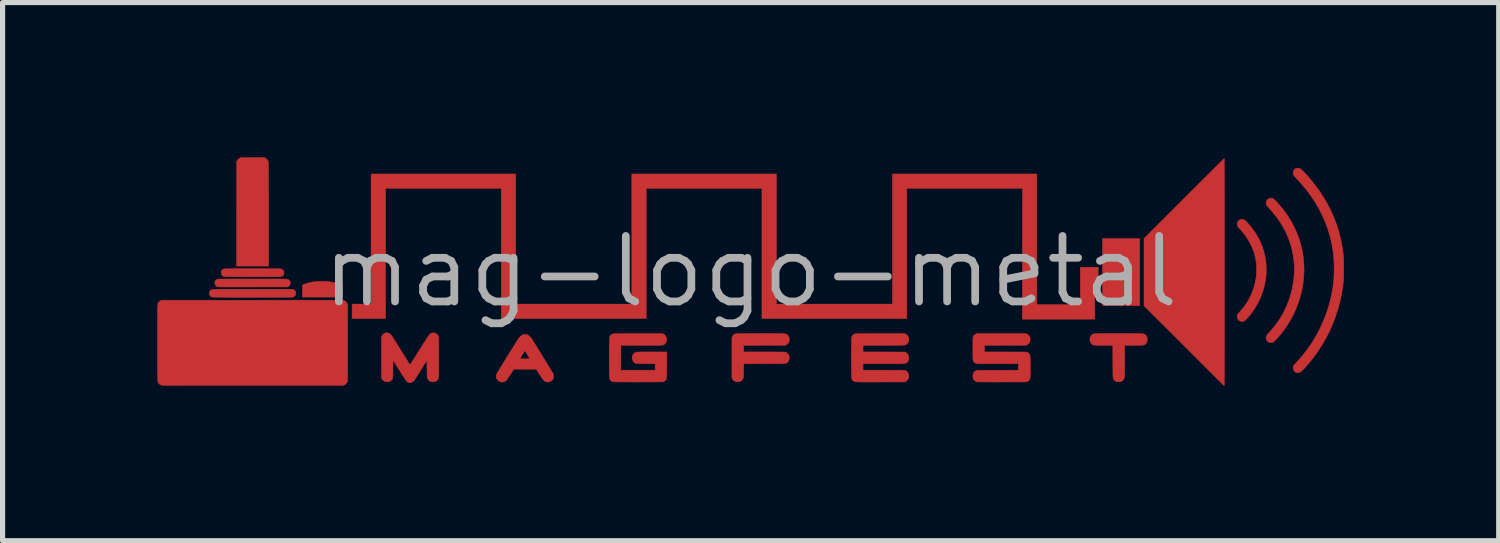
<source format=kicad_pcb>
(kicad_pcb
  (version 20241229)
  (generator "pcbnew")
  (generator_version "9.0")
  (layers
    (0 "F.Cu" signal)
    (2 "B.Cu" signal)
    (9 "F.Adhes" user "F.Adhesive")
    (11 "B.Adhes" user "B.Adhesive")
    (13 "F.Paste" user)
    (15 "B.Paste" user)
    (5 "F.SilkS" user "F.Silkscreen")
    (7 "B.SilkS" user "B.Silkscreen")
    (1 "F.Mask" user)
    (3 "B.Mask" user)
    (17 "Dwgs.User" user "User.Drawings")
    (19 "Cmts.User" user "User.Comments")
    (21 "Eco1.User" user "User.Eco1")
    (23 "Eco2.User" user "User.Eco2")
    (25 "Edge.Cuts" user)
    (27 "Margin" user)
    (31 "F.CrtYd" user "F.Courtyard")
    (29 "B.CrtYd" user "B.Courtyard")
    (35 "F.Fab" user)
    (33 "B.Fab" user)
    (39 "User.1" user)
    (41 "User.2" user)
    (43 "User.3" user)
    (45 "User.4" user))
  (footprint "mag-logo-metal"
    (layer "F.Cu")
    (at 11.503 2.215)
    (property "Reference" "mag-logo-metal" (at 0 0 0) (layer "F.Fab") (effects (font (size 1.27 1.27) (thickness 0.15))))
    (attr through_hole)
    (fp_poly (pts (xy 7.544 0.66) (xy 6.824 0.66) (xy 6.824 -0.639) (xy 7.544 -0.639) (xy 7.544 0.66)) (stroke (width 0.01) (type solid)) (fill yes) (layer "F.Cu"))
    (fp_poly (pts (xy -8.255 0.191) (xy -8.171 0.197) (xy -8.089 0.211) (xy -8.063 0.216) (xy -8.037 0.223) (xy -8.008 0.23) (xy -7.98 0.239) (xy -7.961 0.244) (xy -7.914 0.26) (xy -7.913 0.378) (xy -7.912 0.495) (xy -8.691 0.495) (xy -8.689 0.26) (xy -8.651 0.246) (xy -8.579 0.223) (xy -8.502 0.206) (xy -8.422 0.195) (xy -8.339 0.19) (xy -8.255 0.191)) (stroke (width 0.01) (type solid)) (fill yes) (layer "F.Cu"))
    (fp_poly (pts (xy -4.555 0.631) (xy -2.303 0.631) (xy -2.303 -1.892) (xy 0.5 -1.892) (xy 0.5 0.631) (xy 2.752 0.631) (xy 2.752 -1.892) (xy 5.55 -1.892) (xy 5.55 0.643) (xy 6.392 0.643) (xy 6.392 -0.085) (xy 6.739 -0.085) (xy 6.739 0.195) (xy 6.672 0.195) (xy 6.672 0.923) (xy 5.269 0.923) (xy 5.273 -1.613) (xy 3.027 -1.613) (xy 3.027 0.91) (xy 0.22 0.91) (xy 0.22 -1.613) (xy -2.024 -1.613) (xy -2.024 0.91) (xy -4.834 0.91) (xy -4.834 -1.613) (xy -7.078 -1.613) (xy -7.078 0.91) (xy -7.726 0.91) (xy -7.726 0.631) (xy -7.358 0.631) (xy -7.358 -1.892) (xy -4.555 -1.892) (xy -4.555 0.631)) (stroke (width 0.01) (type solid)) (fill yes) (layer "F.Cu"))
    (fp_poly (pts (xy -9.406 -2.198) (xy -9.384 -2.182) (xy -9.366 -2.161) (xy -9.353 -2.136) (xy -9.352 -2.13) (xy -9.351 -2.124) (xy -9.351 -2.109) (xy -9.35 -2.086) (xy -9.35 -2.055) (xy -9.349 -2.015) (xy -9.349 -1.967) (xy -9.349 -1.91) (xy -9.348 -1.845) (xy -9.348 -1.771) (xy -9.348 -1.689) (xy -9.348 -1.599) (xy -9.347 -1.5) (xy -9.347 -1.393) (xy -9.347 -1.277) (xy -9.347 -1.153) (xy -9.347 -1.11) (xy -9.347 -0.106) (xy -9.965 -0.106) (xy -9.964 -1.119) (xy -9.963 -2.131) (xy -9.954 -2.149) (xy -9.937 -2.173) (xy -9.917 -2.192) (xy -9.9 -2.202) (xy -9.896 -2.204) (xy -9.891 -2.205) (xy -9.884 -2.206) (xy -9.875 -2.207) (xy -9.864 -2.208) (xy -9.848 -2.209) (xy -9.829 -2.209) (xy -9.804 -2.209) (xy -9.773 -2.209) (xy -9.736 -2.21) (xy -9.692 -2.21) (xy -9.656 -2.21) (xy -9.429 -2.21) (xy -9.406 -2.198)) (stroke (width 0.01) (type solid)) (fill yes) (layer "F.Cu"))
    (fp_poly (pts (xy -9.88 0.343) (xy -9.795 0.343) (xy -9.702 0.343) (xy -9.656 0.343) (xy -8.872 0.343) (xy -8.855 0.352) (xy -8.837 0.367) (xy -8.824 0.388) (xy -8.818 0.412) (xy -8.818 0.419) (xy -8.822 0.445) (xy -8.832 0.466) (xy -8.849 0.483) (xy -8.872 0.494) (xy -8.878 0.495) (xy -8.884 0.496) (xy -8.898 0.496) (xy -8.92 0.496) (xy -8.949 0.497) (xy -8.984 0.497) (xy -9.025 0.498) (xy -9.071 0.498) (xy -9.122 0.498) (xy -9.177 0.498) (xy -9.236 0.499) (xy -9.298 0.499) (xy -9.363 0.499) (xy -9.431 0.499) (xy -9.5 0.499) (xy -9.57 0.499) (xy -9.641 0.499) (xy -9.711 0.499) (xy -9.782 0.499) (xy -9.851 0.499) (xy -9.92 0.499) (xy -9.986 0.499) (xy -10.049 0.499) (xy -10.11 0.498) (xy -10.167 0.498) (xy -10.22 0.498) (xy -10.269 0.498) (xy -10.312 0.497) (xy -10.35 0.497) (xy -10.382 0.496) (xy -10.407 0.496) (xy -10.425 0.496) (xy -10.435 0.495) (xy -10.437 0.495) (xy -10.459 0.486) (xy -10.477 0.47) (xy -10.486 0.456) (xy -10.493 0.431) (xy -10.494 0.406) (xy -10.486 0.384) (xy -10.474 0.367) (xy -10.472 0.364) (xy -10.469 0.361) (xy -10.467 0.359) (xy -10.465 0.357) (xy -10.462 0.355) (xy -10.458 0.353) (xy -10.452 0.351) (xy -10.445 0.35) (xy -10.436 0.349) (xy -10.424 0.347) (xy -10.41 0.347) (xy -10.392 0.346) (xy -10.37 0.345) (xy -10.345 0.344) (xy -10.315 0.344) (xy -10.281 0.344) (xy -10.242 0.343) (xy -10.197 0.343) (xy -10.146 0.343) (xy -10.09 0.343) (xy -10.027 0.343) (xy -9.957 0.343) (xy -9.88 0.343)) (stroke (width 0.01) (type solid)) (fill yes) (layer "F.Cu"))
    (fp_poly (pts (xy -9.567 0.144) (xy -9.486 0.144) (xy -9.414 0.144) (xy -9.348 0.144) (xy -9.29 0.144) (xy -9.237 0.144) (xy -9.191 0.144) (xy -9.151 0.144) (xy -9.116 0.145) (xy -9.086 0.145) (xy -9.061 0.145) (xy -9.039 0.146) (xy -9.021 0.146) (xy -9.007 0.146) (xy -8.996 0.147) (xy -8.987 0.148) (xy -8.98 0.148) (xy -8.975 0.149) (xy -8.971 0.15) (xy -8.968 0.151) (xy -8.966 0.152) (xy -8.966 0.152) (xy -8.954 0.16) (xy -8.942 0.172) (xy -8.939 0.175) (xy -8.928 0.195) (xy -8.924 0.217) (xy -8.926 0.24) (xy -8.935 0.262) (xy -8.95 0.28) (xy -8.958 0.286) (xy -8.976 0.298) (xy -9.65 0.299) (xy -9.725 0.299) (xy -9.797 0.299) (xy -9.868 0.299) (xy -9.935 0.299) (xy -9.998 0.299) (xy -10.057 0.299) (xy -10.112 0.299) (xy -10.162 0.299) (xy -10.207 0.298) (xy -10.245 0.298) (xy -10.278 0.298) (xy -10.303 0.297) (xy -10.321 0.297) (xy -10.332 0.297) (xy -10.334 0.296) (xy -10.356 0.286) (xy -10.372 0.269) (xy -10.383 0.249) (xy -10.388 0.226) (xy -10.386 0.202) (xy -10.382 0.192) (xy -10.372 0.173) (xy -10.359 0.16) (xy -10.345 0.152) (xy -10.343 0.151) (xy -10.34 0.15) (xy -10.337 0.149) (xy -10.332 0.148) (xy -10.325 0.148) (xy -10.317 0.147) (xy -10.306 0.146) (xy -10.292 0.146) (xy -10.274 0.146) (xy -10.254 0.145) (xy -10.229 0.145) (xy -10.199 0.145) (xy -10.165 0.144) (xy -10.126 0.144) (xy -10.081 0.144) (xy -10.03 0.144) (xy -9.972 0.144) (xy -9.908 0.144) (xy -9.836 0.144) (xy -9.757 0.144) (xy -9.67 0.144) (xy -9.655 0.144) (xy -9.567 0.144)) (stroke (width 0.01) (type solid)) (fill yes) (layer "F.Cu"))
    (fp_poly (pts (xy 9.562 -1.005) (xy 9.571 -1.001) (xy 9.582 -0.994) (xy 9.595 -0.984) (xy 9.611 -0.969) (xy 9.63 -0.949) (xy 9.639 -0.938) (xy 9.71 -0.855) (xy 9.772 -0.771) (xy 9.826 -0.686) (xy 9.873 -0.598) (xy 9.912 -0.508) (xy 9.944 -0.414) (xy 9.969 -0.318) (xy 9.987 -0.222) (xy 9.991 -0.189) (xy 9.994 -0.15) (xy 9.997 -0.106) (xy 9.998 -0.061) (xy 9.999 -0.017) (xy 9.998 0.024) (xy 9.996 0.061) (xy 9.995 0.07) (xy 9.981 0.179) (xy 9.959 0.287) (xy 9.929 0.391) (xy 9.891 0.493) (xy 9.845 0.592) (xy 9.792 0.687) (xy 9.732 0.778) (xy 9.688 0.837) (xy 9.667 0.861) (xy 9.647 0.885) (xy 9.626 0.907) (xy 9.607 0.927) (xy 9.59 0.943) (xy 9.577 0.954) (xy 9.569 0.959) (xy 9.553 0.964) (xy 9.533 0.967) (xy 9.515 0.968) (xy 9.504 0.966) (xy 9.477 0.953) (xy 9.456 0.936) (xy 9.443 0.914) (xy 9.437 0.887) (xy 9.436 0.874) (xy 9.437 0.856) (xy 9.441 0.84) (xy 9.449 0.824) (xy 9.462 0.807) (xy 9.48 0.788) (xy 9.542 0.717) (xy 9.599 0.641) (xy 9.65 0.559) (xy 9.695 0.473) (xy 9.733 0.382) (xy 9.764 0.289) (xy 9.788 0.193) (xy 9.801 0.125) (xy 9.804 0.096) (xy 9.807 0.061) (xy 9.809 0.022) (xy 9.81 -0.018) (xy 9.811 -0.059) (xy 9.81 -0.098) (xy 9.809 -0.133) (xy 9.806 -0.162) (xy 9.805 -0.171) (xy 9.788 -0.267) (xy 9.765 -0.358) (xy 9.734 -0.445) (xy 9.696 -0.529) (xy 9.651 -0.611) (xy 9.599 -0.69) (xy 9.538 -0.768) (xy 9.487 -0.826) (xy 9.468 -0.846) (xy 9.455 -0.863) (xy 9.446 -0.876) (xy 9.44 -0.888) (xy 9.437 -0.901) (xy 9.436 -0.915) (xy 9.436 -0.919) (xy 9.44 -0.946) (xy 9.45 -0.97) (xy 9.466 -0.989) (xy 9.486 -1.003) (xy 9.51 -1.01) (xy 9.536 -1.011) (xy 9.562 -1.005)) (stroke (width 0.01) (type solid)) (fill yes) (layer "F.Cu"))
    (fp_poly (pts (xy -9.577 -0.055) (xy -9.505 -0.055) (xy -9.442 -0.055) (xy -9.385 -0.055) (xy -9.335 -0.055) (xy -9.291 -0.055) (xy -9.253 -0.054) (xy -9.221 -0.054) (xy -9.193 -0.054) (xy -9.17 -0.054) (xy -9.151 -0.053) (xy -9.135 -0.053) (xy -9.123 -0.052) (xy -9.113 -0.051) (xy -9.106 -0.051) (xy -9.101 -0.05) (xy -9.096 -0.049) (xy -9.093 -0.048) (xy -9.091 -0.047) (xy -9.07 -0.033) (xy -9.055 -0.015) (xy -9.048 0.007) (xy -9.047 0.023) (xy -9.049 0.047) (xy -9.058 0.067) (xy -9.067 0.078) (xy -9.07 0.081) (xy -9.073 0.084) (xy -9.076 0.087) (xy -9.079 0.089) (xy -9.083 0.092) (xy -9.089 0.093) (xy -9.097 0.095) (xy -9.106 0.096) (xy -9.119 0.098) (xy -9.135 0.099) (xy -9.154 0.099) (xy -9.178 0.1) (xy -9.205 0.101) (xy -9.238 0.101) (xy -9.276 0.101) (xy -9.32 0.101) (xy -9.37 0.102) (xy -9.427 0.102) (xy -9.491 0.102) (xy -9.562 0.102) (xy -9.641 0.102) (xy -9.657 0.102) (xy -9.737 0.102) (xy -9.81 0.102) (xy -9.874 0.101) (xy -9.932 0.101) (xy -9.983 0.101) (xy -10.027 0.101) (xy -10.066 0.101) (xy -10.099 0.101) (xy -10.127 0.1) (xy -10.15 0.1) (xy -10.169 0.1) (xy -10.185 0.099) (xy -10.197 0.099) (xy -10.206 0.098) (xy -10.213 0.097) (xy -10.217 0.096) (xy -10.22 0.095) (xy -10.221 0.095) (xy -10.243 0.08) (xy -10.257 0.061) (xy -10.264 0.038) (xy -10.265 0.015) (xy -10.259 -0.01) (xy -10.246 -0.03) (xy -10.227 -0.045) (xy -10.222 -0.047) (xy -10.219 -0.048) (xy -10.216 -0.049) (xy -10.211 -0.05) (xy -10.206 -0.051) (xy -10.198 -0.052) (xy -10.188 -0.052) (xy -10.176 -0.053) (xy -10.16 -0.053) (xy -10.14 -0.054) (xy -10.117 -0.054) (xy -10.089 -0.054) (xy -10.055 -0.054) (xy -10.017 -0.055) (xy -9.973 -0.055) (xy -9.922 -0.055) (xy -9.865 -0.055) (xy -9.8 -0.055) (xy -9.728 -0.055) (xy -9.656 -0.055) (xy -9.577 -0.055)) (stroke (width 0.01) (type solid)) (fill yes) (layer "F.Cu"))
    (fp_poly (pts (xy 9.183 -2.189) (xy 9.184 -2.176) (xy 9.184 -2.156) (xy 9.184 -2.128) (xy 9.184 -2.092) (xy 9.184 -2.049) (xy 9.184 -2) (xy 9.185 -1.943) (xy 9.185 -1.88) (xy 9.185 -1.811) (xy 9.185 -1.736) (xy 9.185 -1.655) (xy 9.185 -1.568) (xy 9.185 -1.477) (xy 9.186 -1.38) (xy 9.186 -1.279) (xy 9.186 -1.173) (xy 9.186 -1.063) (xy 9.186 -0.949) (xy 9.186 -0.831) (xy 9.186 -0.709) (xy 9.186 -0.585) (xy 9.186 -0.457) (xy 9.186 -0.327) (xy 9.186 -0.194) (xy 9.186 -0.059) (xy 9.186 0.011) (xy 9.186 0.147) (xy 9.186 0.281) (xy 9.186 0.412) (xy 9.186 0.541) (xy 9.186 0.668) (xy 9.186 0.791) (xy 9.186 0.91) (xy 9.186 1.026) (xy 9.186 1.139) (xy 9.186 1.247) (xy 9.186 1.35) (xy 9.186 1.449) (xy 9.185 1.544) (xy 9.185 1.633) (xy 9.185 1.716) (xy 9.185 1.795) (xy 9.185 1.867) (xy 9.185 1.933) (xy 9.185 1.993) (xy 9.184 2.046) (xy 9.184 2.093) (xy 9.184 2.132) (xy 9.184 2.164) (xy 9.184 2.188) (xy 9.183 2.205) (xy 9.183 2.213) (xy 9.183 2.214) (xy 9.18 2.211) (xy 9.171 2.202) (xy 9.157 2.188) (xy 9.137 2.169) (xy 9.112 2.144) (xy 9.083 2.115) (xy 9.049 2.082) (xy 9.011 2.044) (xy 8.969 2.002) (xy 8.923 1.956) (xy 8.874 1.907) (xy 8.821 1.855) (xy 8.765 1.799) (xy 8.707 1.741) (xy 8.646 1.68) (xy 8.583 1.617) (xy 8.519 1.553) (xy 8.452 1.486) (xy 8.404 1.438) (xy 7.628 0.663) (xy 7.628 -0.641) (xy 8.404 -1.417) (xy 8.472 -1.485) (xy 8.538 -1.551) (xy 8.603 -1.615) (xy 8.665 -1.678) (xy 8.725 -1.738) (xy 8.782 -1.795) (xy 8.837 -1.849) (xy 8.889 -1.901) (xy 8.937 -1.949) (xy 8.982 -1.994) (xy 9.023 -2.034) (xy 9.06 -2.071) (xy 9.092 -2.103) (xy 9.12 -2.131) (xy 9.143 -2.154) (xy 9.161 -2.172) (xy 9.174 -2.184) (xy 9.182 -2.191) (xy 9.183 -2.193) (xy 9.183 -2.189)) (stroke (width 0.01) (type solid)) (fill yes) (layer "F.Cu"))
    (fp_poly (pts (xy 0.394 1.202) (xy 0.446 1.202) (xy 0.492 1.203) (xy 0.532 1.203) (xy 0.566 1.203) (xy 0.595 1.204) (xy 0.619 1.205) (xy 0.639 1.206) (xy 0.656 1.207) (xy 0.669 1.208) (xy 0.68 1.21) (xy 0.688 1.212) (xy 0.695 1.214) (xy 0.7 1.217) (xy 0.704 1.22) (xy 0.709 1.224) (xy 0.713 1.228) (xy 0.715 1.23) (xy 0.733 1.252) (xy 0.745 1.279) (xy 0.75 1.31) (xy 0.75 1.317) (xy 0.746 1.349) (xy 0.736 1.377) (xy 0.718 1.4) (xy 0.694 1.419) (xy 0.692 1.42) (xy 0.675 1.429) (xy -0.135 1.431) (xy -0.135 1.558) (xy 0.268 1.559) (xy 0.335 1.559) (xy 0.395 1.559) (xy 0.447 1.559) (xy 0.493 1.56) (xy 0.532 1.56) (xy 0.565 1.56) (xy 0.593 1.561) (xy 0.616 1.561) (xy 0.634 1.561) (xy 0.649 1.562) (xy 0.661 1.563) (xy 0.67 1.563) (xy 0.677 1.564) (xy 0.682 1.565) (xy 0.686 1.567) (xy 0.689 1.568) (xy 0.712 1.582) (xy 0.73 1.603) (xy 0.743 1.629) (xy 0.749 1.658) (xy 0.75 1.672) (xy 0.746 1.705) (xy 0.736 1.733) (xy 0.718 1.756) (xy 0.694 1.774) (xy 0.692 1.775) (xy 0.675 1.784) (xy 0.27 1.785) (xy -0.135 1.787) (xy -0.135 1.906) (xy -0.136 1.939) (xy -0.136 1.97) (xy -0.137 1.998) (xy -0.138 2.022) (xy -0.139 2.04) (xy -0.14 2.051) (xy -0.14 2.051) (xy -0.148 2.079) (xy -0.163 2.102) (xy -0.186 2.121) (xy -0.188 2.123) (xy -0.2 2.129) (xy -0.21 2.133) (xy -0.223 2.136) (xy -0.241 2.137) (xy -0.245 2.137) (xy -0.266 2.137) (xy -0.281 2.136) (xy -0.293 2.132) (xy -0.298 2.13) (xy -0.325 2.114) (xy -0.344 2.093) (xy -0.352 2.08) (xy -0.362 2.06) (xy -0.362 1.281) (xy -0.351 1.257) (xy -0.336 1.234) (xy -0.317 1.218) (xy -0.292 1.208) (xy -0.288 1.207) (xy -0.28 1.206) (xy -0.264 1.205) (xy -0.24 1.205) (xy -0.207 1.204) (xy -0.167 1.204) (xy -0.119 1.203) (xy -0.063 1.203) (xy 0.000022 1.203) (xy 0.071 1.202) (xy 0.149 1.202) (xy 0.193 1.202) (xy 0.268 1.202) (xy 0.335 1.202) (xy 0.394 1.202)) (stroke (width 0.01) (type solid)) (fill yes) (layer "F.Cu"))
    (fp_poly (pts (xy 10.12 -1.416) (xy 10.126 -1.414) (xy 10.14 -1.405) (xy 10.158 -1.391) (xy 10.179 -1.371) (xy 10.203 -1.346) (xy 10.23 -1.317) (xy 10.258 -1.284) (xy 10.288 -1.249) (xy 10.317 -1.212) (xy 10.347 -1.174) (xy 10.375 -1.135) (xy 10.402 -1.097) (xy 10.413 -1.082) (xy 10.48 -0.974) (xy 10.539 -0.864) (xy 10.59 -0.751) (xy 10.634 -0.635) (xy 10.669 -0.517) (xy 10.697 -0.397) (xy 10.716 -0.276) (xy 10.727 -0.153) (xy 10.731 -0.029) (xy 10.726 0.096) (xy 10.712 0.222) (xy 10.691 0.348) (xy 10.671 0.434) (xy 10.638 0.552) (xy 10.596 0.669) (xy 10.547 0.784) (xy 10.492 0.896) (xy 10.429 1.003) (xy 10.361 1.106) (xy 10.328 1.151) (xy 10.303 1.184) (xy 10.277 1.216) (xy 10.25 1.247) (xy 10.224 1.277) (xy 10.2 1.303) (xy 10.177 1.327) (xy 10.157 1.346) (xy 10.141 1.36) (xy 10.129 1.368) (xy 10.113 1.373) (xy 10.092 1.376) (xy 10.071 1.375) (xy 10.053 1.371) (xy 10.048 1.369) (xy 10.025 1.353) (xy 10.008 1.332) (xy 9.998 1.308) (xy 9.995 1.282) (xy 9.999 1.256) (xy 10.003 1.246) (xy 10.008 1.237) (xy 10.019 1.224) (xy 10.033 1.207) (xy 10.049 1.189) (xy 10.058 1.179) (xy 10.138 1.088) (xy 10.211 0.993) (xy 10.277 0.892) (xy 10.337 0.787) (xy 10.389 0.678) (xy 10.434 0.566) (xy 10.472 0.45) (xy 10.502 0.331) (xy 10.524 0.21) (xy 10.535 0.129) (xy 10.537 0.098) (xy 10.539 0.061) (xy 10.541 0.02) (xy 10.542 -0.024) (xy 10.542 -0.067) (xy 10.541 -0.109) (xy 10.54 -0.147) (xy 10.538 -0.179) (xy 10.537 -0.186) (xy 10.521 -0.308) (xy 10.498 -0.426) (xy 10.466 -0.54) (xy 10.427 -0.652) (xy 10.38 -0.76) (xy 10.325 -0.866) (xy 10.262 -0.968) (xy 10.191 -1.067) (xy 10.113 -1.163) (xy 10.071 -1.21) (xy 10.048 -1.234) (xy 10.031 -1.253) (xy 10.018 -1.268) (xy 10.009 -1.28) (xy 10.003 -1.29) (xy 10 -1.299) (xy 9.998 -1.309) (xy 9.996 -1.319) (xy 9.996 -1.322) (xy 9.996 -1.338) (xy 9.997 -1.351) (xy 10.002 -1.364) (xy 10.006 -1.372) (xy 10.022 -1.394) (xy 10.043 -1.41) (xy 10.067 -1.42) (xy 10.093 -1.422) (xy 10.12 -1.416)) (stroke (width 0.01) (type solid)) (fill yes) (layer "F.Cu"))
    (fp_poly (pts (xy 5.362 1.214) (xy 5.382 1.228) (xy 5.4 1.248) (xy 5.413 1.269) (xy 5.414 1.27) (xy 5.418 1.285) (xy 5.42 1.306) (xy 5.42 1.328) (xy 5.418 1.349) (xy 5.414 1.363) (xy 5.401 1.385) (xy 5.383 1.404) (xy 5.363 1.419) (xy 5.362 1.419) (xy 5.345 1.429) (xy 4.939 1.43) (xy 4.534 1.431) (xy 4.534 1.558) (xy 4.941 1.559) (xy 5.349 1.56) (xy 5.369 1.57) (xy 5.383 1.579) (xy 5.395 1.589) (xy 5.4 1.594) (xy 5.405 1.601) (xy 5.409 1.608) (xy 5.413 1.617) (xy 5.416 1.628) (xy 5.418 1.641) (xy 5.42 1.657) (xy 5.421 1.678) (xy 5.422 1.704) (xy 5.422 1.736) (xy 5.423 1.774) (xy 5.423 1.819) (xy 5.423 1.85) (xy 5.423 1.9) (xy 5.423 1.942) (xy 5.422 1.977) (xy 5.422 2.007) (xy 5.42 2.03) (xy 5.419 2.049) (xy 5.417 2.065) (xy 5.415 2.077) (xy 5.411 2.087) (xy 5.407 2.095) (xy 5.403 2.102) (xy 5.4 2.107) (xy 5.389 2.117) (xy 5.376 2.126) (xy 5.369 2.13) (xy 5.349 2.14) (xy 4.875 2.141) (xy 4.812 2.141) (xy 4.751 2.141) (xy 4.693 2.141) (xy 4.639 2.141) (xy 4.588 2.14) (xy 4.542 2.14) (xy 4.5 2.14) (xy 4.464 2.14) (xy 4.435 2.139) (xy 4.412 2.139) (xy 4.396 2.139) (xy 4.388 2.138) (xy 4.387 2.138) (xy 4.363 2.128) (xy 4.342 2.112) (xy 4.325 2.091) (xy 4.314 2.067) (xy 4.313 2.065) (xy 4.311 2.047) (xy 4.31 2.025) (xy 4.312 2.003) (xy 4.316 1.984) (xy 4.32 1.973) (xy 4.337 1.948) (xy 4.361 1.928) (xy 4.367 1.925) (xy 4.384 1.916) (xy 5.194 1.913) (xy 5.194 1.786) (xy 4.795 1.786) (xy 4.725 1.786) (xy 4.664 1.786) (xy 4.609 1.786) (xy 4.562 1.786) (xy 4.521 1.786) (xy 4.486 1.786) (xy 4.456 1.785) (xy 4.431 1.784) (xy 4.411 1.783) (xy 4.394 1.782) (xy 4.381 1.781) (xy 4.37 1.779) (xy 4.362 1.777) (xy 4.356 1.774) (xy 4.35 1.771) (xy 4.346 1.767) (xy 4.342 1.764) (xy 4.338 1.759) (xy 4.332 1.753) (xy 4.326 1.747) (xy 4.322 1.74) (xy 4.319 1.733) (xy 4.316 1.723) (xy 4.314 1.71) (xy 4.312 1.694) (xy 4.311 1.673) (xy 4.31 1.648) (xy 4.31 1.617) (xy 4.31 1.58) (xy 4.31 1.535) (xy 4.31 1.494) (xy 4.31 1.445) (xy 4.31 1.404) (xy 4.31 1.37) (xy 4.31 1.342) (xy 4.311 1.32) (xy 4.311 1.302) (xy 4.312 1.289) (xy 4.313 1.279) (xy 4.314 1.271) (xy 4.316 1.266) (xy 4.316 1.265) (xy 4.329 1.241) (xy 4.349 1.222) (xy 4.362 1.214) (xy 4.379 1.204) (xy 5.345 1.204) (xy 5.362 1.214)) (stroke (width 0.01) (type solid)) (fill yes) (layer "F.Cu"))
    (fp_poly (pts (xy 7.075 1.202) (xy 7.135 1.202) (xy 7.21 1.202) (xy 7.276 1.202) (xy 7.335 1.202) (xy 7.387 1.202) (xy 7.432 1.203) (xy 7.472 1.203) (xy 7.505 1.203) (xy 7.534 1.204) (xy 7.558 1.204) (xy 7.578 1.205) (xy 7.594 1.206) (xy 7.607 1.208) (xy 7.618 1.209) (xy 7.626 1.211) (xy 7.633 1.213) (xy 7.638 1.215) (xy 7.642 1.218) (xy 7.647 1.221) (xy 7.651 1.225) (xy 7.652 1.225) (xy 7.663 1.236) (xy 7.674 1.25) (xy 7.678 1.256) (xy 7.684 1.267) (xy 7.687 1.276) (xy 7.689 1.287) (xy 7.69 1.303) (xy 7.69 1.317) (xy 7.69 1.336) (xy 7.689 1.35) (xy 7.686 1.36) (xy 7.682 1.37) (xy 7.678 1.376) (xy 7.669 1.39) (xy 7.658 1.403) (xy 7.654 1.407) (xy 7.647 1.413) (xy 7.639 1.417) (xy 7.631 1.421) (xy 7.621 1.424) (xy 7.608 1.426) (xy 7.592 1.428) (xy 7.571 1.429) (xy 7.545 1.43) (xy 7.514 1.431) (xy 7.475 1.431) (xy 7.429 1.431) (xy 7.252 1.431) (xy 7.252 1.728) (xy 7.252 1.784) (xy 7.251 1.836) (xy 7.251 1.884) (xy 7.251 1.927) (xy 7.25 1.964) (xy 7.25 1.996) (xy 7.249 2.022) (xy 7.248 2.04) (xy 7.248 2.05) (xy 7.247 2.051) (xy 7.239 2.079) (xy 7.224 2.102) (xy 7.202 2.121) (xy 7.199 2.123) (xy 7.187 2.129) (xy 7.177 2.133) (xy 7.164 2.136) (xy 7.146 2.137) (xy 7.142 2.137) (xy 7.123 2.137) (xy 7.109 2.136) (xy 7.097 2.133) (xy 7.085 2.128) (xy 7.084 2.128) (xy 7.06 2.112) (xy 7.041 2.092) (xy 7.033 2.076) (xy 7.031 2.073) (xy 7.03 2.068) (xy 7.029 2.062) (xy 7.028 2.055) (xy 7.027 2.044) (xy 7.027 2.03) (xy 7.026 2.013) (xy 7.026 1.991) (xy 7.025 1.964) (xy 7.025 1.931) (xy 7.025 1.892) (xy 7.024 1.847) (xy 7.024 1.794) (xy 7.024 1.745) (xy 7.023 1.431) (xy 6.848 1.431) (xy 6.801 1.431) (xy 6.761 1.431) (xy 6.729 1.43) (xy 6.702 1.429) (xy 6.68 1.428) (xy 6.663 1.426) (xy 6.65 1.424) (xy 6.639 1.421) (xy 6.631 1.416) (xy 6.623 1.411) (xy 6.616 1.405) (xy 6.61 1.399) (xy 6.593 1.375) (xy 6.582 1.348) (xy 6.578 1.319) (xy 6.581 1.29) (xy 6.591 1.262) (xy 6.607 1.238) (xy 6.61 1.234) (xy 6.615 1.229) (xy 6.619 1.225) (xy 6.623 1.221) (xy 6.628 1.218) (xy 6.633 1.215) (xy 6.64 1.212) (xy 6.649 1.21) (xy 6.66 1.208) (xy 6.674 1.207) (xy 6.691 1.205) (xy 6.712 1.204) (xy 6.738 1.204) (xy 6.768 1.203) (xy 6.803 1.203) (xy 6.844 1.202) (xy 6.892 1.202) (xy 6.946 1.202) (xy 7.007 1.202) (xy 7.075 1.202)) (stroke (width 0.01) (type solid)) (fill yes) (layer "F.Cu"))
    (fp_poly (pts (xy 10.642 -2.001) (xy 10.654 -1.996) (xy 10.665 -1.989) (xy 10.681 -1.975) (xy 10.701 -1.956) (xy 10.724 -1.933) (xy 10.75 -1.906) (xy 10.777 -1.876) (xy 10.807 -1.843) (xy 10.837 -1.809) (xy 10.867 -1.773) (xy 10.896 -1.738) (xy 10.924 -1.702) (xy 10.933 -1.691) (xy 11.025 -1.567) (xy 11.108 -1.44) (xy 11.184 -1.31) (xy 11.252 -1.177) (xy 11.312 -1.041) (xy 11.364 -0.903) (xy 11.407 -0.762) (xy 11.443 -0.618) (xy 11.471 -0.472) (xy 11.474 -0.453) (xy 11.48 -0.412) (xy 11.485 -0.376) (xy 11.489 -0.342) (xy 11.493 -0.31) (xy 11.495 -0.278) (xy 11.497 -0.245) (xy 11.498 -0.21) (xy 11.499 -0.17) (xy 11.5 -0.125) (xy 11.5 -0.074) (xy 11.5 -0.061) (xy 11.5 -0.012) (xy 11.5 0.03) (xy 11.499 0.066) (xy 11.498 0.099) (xy 11.497 0.128) (xy 11.495 0.155) (xy 11.493 0.182) (xy 11.49 0.211) (xy 11.487 0.241) (xy 11.483 0.276) (xy 11.481 0.292) (xy 11.457 0.44) (xy 11.426 0.587) (xy 11.386 0.733) (xy 11.339 0.877) (xy 11.285 1.019) (xy 11.223 1.158) (xy 11.154 1.293) (xy 11.078 1.424) (xy 10.996 1.551) (xy 10.908 1.672) (xy 10.875 1.714) (xy 10.846 1.75) (xy 10.817 1.785) (xy 10.788 1.818) (xy 10.76 1.85) (xy 10.734 1.878) (xy 10.71 1.903) (xy 10.689 1.924) (xy 10.671 1.94) (xy 10.658 1.95) (xy 10.654 1.952) (xy 10.632 1.96) (xy 10.607 1.962) (xy 10.588 1.96) (xy 10.567 1.951) (xy 10.548 1.937) (xy 10.533 1.919) (xy 10.53 1.914) (xy 10.522 1.893) (xy 10.52 1.868) (xy 10.522 1.845) (xy 10.526 1.831) (xy 10.531 1.823) (xy 10.541 1.81) (xy 10.554 1.795) (xy 10.57 1.777) (xy 10.584 1.762) (xy 10.68 1.656) (xy 10.77 1.544) (xy 10.854 1.427) (xy 10.932 1.304) (xy 11.003 1.177) (xy 11.068 1.046) (xy 11.126 0.911) (xy 11.177 0.773) (xy 11.22 0.633) (xy 11.256 0.49) (xy 11.269 0.43) (xy 11.283 0.352) (xy 11.294 0.279) (xy 11.303 0.206) (xy 11.309 0.132) (xy 11.313 0.055) (xy 11.314 -0.011) (xy 11.314 -0.126) (xy 11.31 -0.235) (xy 11.3 -0.341) (xy 11.286 -0.446) (xy 11.266 -0.551) (xy 11.241 -0.657) (xy 11.23 -0.698) (xy 11.19 -0.83) (xy 11.143 -0.959) (xy 11.087 -1.086) (xy 11.025 -1.21) (xy 10.954 -1.332) (xy 10.875 -1.451) (xy 10.789 -1.569) (xy 10.694 -1.685) (xy 10.594 -1.797) (xy 10.575 -1.817) (xy 10.558 -1.836) (xy 10.544 -1.852) (xy 10.533 -1.865) (xy 10.527 -1.873) (xy 10.527 -1.874) (xy 10.522 -1.891) (xy 10.52 -1.912) (xy 10.521 -1.933) (xy 10.526 -1.952) (xy 10.528 -1.955) (xy 10.544 -1.978) (xy 10.565 -1.994) (xy 10.589 -2.004) (xy 10.615 -2.006) (xy 10.642 -2.001)) (stroke (width 0.01) (type solid)) (fill yes) (layer "F.Cu"))
    (fp_poly (pts (xy -8.913 0.555) (xy -8.788 0.555) (xy -8.671 0.555) (xy -8.562 0.556) (xy -8.462 0.556) (xy -8.37 0.556) (xy -8.286 0.556) (xy -8.21 0.556) (xy -8.143 0.556) (xy -8.083 0.557) (xy -8.032 0.557) (xy -7.989 0.557) (xy -7.954 0.557) (xy -7.927 0.558) (xy -7.909 0.558) (xy -7.898 0.559) (xy -7.895 0.559) (xy -7.868 0.57) (xy -7.845 0.588) (xy -7.827 0.612) (xy -7.825 0.616) (xy -7.813 0.641) (xy -7.813 1.38) (xy -7.813 1.475) (xy -7.813 1.561) (xy -7.813 1.64) (xy -7.813 1.712) (xy -7.813 1.777) (xy -7.813 1.834) (xy -7.813 1.886) (xy -7.813 1.931) (xy -7.814 1.971) (xy -7.814 2.006) (xy -7.814 2.035) (xy -7.815 2.06) (xy -7.815 2.081) (xy -7.815 2.098) (xy -7.816 2.111) (xy -7.817 2.121) (xy -7.817 2.128) (xy -7.818 2.133) (xy -7.818 2.135) (xy -7.828 2.153) (xy -7.843 2.172) (xy -7.861 2.188) (xy -7.878 2.199) (xy -7.897 2.208) (xy -9.646 2.208) (xy -9.767 2.208) (xy -9.886 2.208) (xy -10.003 2.208) (xy -10.117 2.208) (xy -10.229 2.208) (xy -10.337 2.208) (xy -10.442 2.208) (xy -10.542 2.208) (xy -10.639 2.208) (xy -10.732 2.208) (xy -10.819 2.208) (xy -10.902 2.208) (xy -10.98 2.208) (xy -11.052 2.207) (xy -11.119 2.207) (xy -11.179 2.207) (xy -11.233 2.207) (xy -11.281 2.207) (xy -11.322 2.206) (xy -11.355 2.206) (xy -11.381 2.206) (xy -11.399 2.206) (xy -11.41 2.206) (xy -11.412 2.205) (xy -11.434 2.199) (xy -11.453 2.188) (xy -11.47 2.172) (xy -11.473 2.168) (xy -11.477 2.165) (xy -11.479 2.162) (xy -11.482 2.159) (xy -11.484 2.155) (xy -11.486 2.151) (xy -11.488 2.145) (xy -11.49 2.138) (xy -11.491 2.128) (xy -11.493 2.116) (xy -11.494 2.101) (xy -11.495 2.083) (xy -11.495 2.061) (xy -11.496 2.036) (xy -11.497 2.006) (xy -11.497 1.971) (xy -11.497 1.932) (xy -11.498 1.886) (xy -11.498 1.836) (xy -11.498 1.778) (xy -11.498 1.715) (xy -11.498 1.644) (xy -11.498 1.566) (xy -11.498 1.48) (xy -11.498 1.387) (xy -11.498 1.382) (xy -11.498 1.288) (xy -11.498 1.202) (xy -11.498 1.124) (xy -11.498 1.054) (xy -11.498 0.99) (xy -11.498 0.932) (xy -11.497 0.881) (xy -11.497 0.836) (xy -11.497 0.796) (xy -11.497 0.762) (xy -11.496 0.732) (xy -11.496 0.706) (xy -11.495 0.684) (xy -11.494 0.666) (xy -11.493 0.651) (xy -11.492 0.639) (xy -11.491 0.629) (xy -11.489 0.622) (xy -11.488 0.616) (xy -11.486 0.611) (xy -11.484 0.607) (xy -11.482 0.604) (xy -11.479 0.601) (xy -11.477 0.598) (xy -11.475 0.595) (xy -11.465 0.585) (xy -11.451 0.575) (xy -11.442 0.569) (xy -11.419 0.557) (xy -9.665 0.556) (xy -9.498 0.556) (xy -9.339 0.555) (xy -9.189 0.555) (xy -9.047 0.555) (xy -8.913 0.555)) (stroke (width 0.01) (type solid)) (fill yes) (layer "F.Cu"))
    (fp_poly (pts (xy -4.373 1.218) (xy -4.345 1.221) (xy -4.319 1.23) (xy -4.295 1.246) (xy -4.271 1.269) (xy -4.247 1.3) (xy -4.247 1.301) (xy -4.241 1.31) (xy -4.231 1.326) (xy -4.218 1.347) (xy -4.201 1.373) (xy -4.182 1.403) (xy -4.161 1.438) (xy -4.138 1.475) (xy -4.113 1.515) (xy -4.087 1.557) (xy -4.061 1.6) (xy -4.034 1.643) (xy -4.007 1.687) (xy -3.981 1.73) (xy -3.955 1.772) (xy -3.931 1.812) (xy -3.908 1.85) (xy -3.887 1.884) (xy -3.868 1.915) (xy -3.852 1.941) (xy -3.839 1.962) (xy -3.83 1.978) (xy -3.825 1.987) (xy -3.824 1.99) (xy -3.819 2.008) (xy -3.817 2.03) (xy -3.819 2.052) (xy -3.823 2.072) (xy -3.825 2.076) (xy -3.84 2.099) (xy -3.863 2.119) (xy -3.885 2.132) (xy -3.912 2.141) (xy -3.941 2.142) (xy -3.969 2.137) (xy -3.99 2.127) (xy -3.997 2.123) (xy -4.003 2.118) (xy -4.01 2.11) (xy -4.018 2.1) (xy -4.028 2.087) (xy -4.041 2.069) (xy -4.056 2.046) (xy -4.076 2.017) (xy -4.085 2.003) (xy -4.159 1.892) (xy -4.591 1.892) (xy -4.654 1.989) (xy -4.672 2.015) (xy -4.689 2.04) (xy -4.704 2.063) (xy -4.717 2.082) (xy -4.727 2.096) (xy -4.732 2.103) (xy -4.752 2.122) (xy -4.777 2.135) (xy -4.805 2.142) (xy -4.834 2.141) (xy -4.862 2.134) (xy -4.866 2.132) (xy -4.886 2.12) (xy -4.904 2.104) (xy -4.918 2.085) (xy -4.927 2.067) (xy -4.931 2.041) (xy -4.931 2.014) (xy -4.928 1.998) (xy -4.925 1.992) (xy -4.918 1.98) (xy -4.907 1.961) (xy -4.893 1.938) (xy -4.876 1.91) (xy -4.857 1.877) (xy -4.835 1.841) (xy -4.811 1.802) (xy -4.786 1.761) (xy -4.76 1.719) (xy -4.744 1.693) (xy -4.476 1.693) (xy -4.377 1.693) (xy -4.345 1.693) (xy -4.32 1.693) (xy -4.302 1.692) (xy -4.29 1.691) (xy -4.283 1.69) (xy -4.281 1.689) (xy -4.281 1.688) (xy -4.284 1.683) (xy -4.29 1.673) (xy -4.299 1.658) (xy -4.31 1.64) (xy -4.322 1.62) (xy -4.334 1.599) (xy -4.347 1.579) (xy -4.358 1.561) (xy -4.367 1.547) (xy -4.373 1.537) (xy -4.375 1.534) (xy -4.377 1.537) (xy -4.383 1.546) (xy -4.393 1.56) (xy -4.404 1.579) (xy -4.417 1.6) (xy -4.42 1.603) (xy -4.434 1.626) (xy -4.446 1.646) (xy -4.457 1.664) (xy -4.465 1.677) (xy -4.469 1.684) (xy -4.469 1.684) (xy -4.476 1.693) (xy -4.744 1.693) (xy -4.733 1.675) (xy -4.706 1.631) (xy -4.679 1.587) (xy -4.652 1.543) (xy -4.626 1.502) (xy -4.601 1.462) (xy -4.578 1.425) (xy -4.557 1.391) (xy -4.538 1.361) (xy -4.522 1.335) (xy -4.508 1.315) (xy -4.499 1.3) (xy -4.493 1.292) (xy -4.492 1.291) (xy -4.467 1.263) (xy -4.444 1.242) (xy -4.421 1.228) (xy -4.398 1.22) (xy -4.373 1.218) (xy -4.373 1.218)) (stroke (width 0.01) (type solid)) (fill yes) (layer "F.Cu"))
    (fp_poly (pts (xy 3.008 1.214) (xy 3.032 1.231) (xy 3.05 1.252) (xy 3.061 1.277) (xy 3.067 1.304) (xy 3.067 1.331) (xy 3.062 1.358) (xy 3.05 1.382) (xy 3.032 1.403) (xy 3.009 1.42) (xy 3.007 1.421) (xy 3.004 1.422) (xy 3 1.423) (xy 2.996 1.424) (xy 2.99 1.425) (xy 2.981 1.426) (xy 2.97 1.427) (xy 2.956 1.427) (xy 2.938 1.428) (xy 2.916 1.428) (xy 2.889 1.428) (xy 2.857 1.429) (xy 2.819 1.429) (xy 2.775 1.429) (xy 2.724 1.429) (xy 2.666 1.43) (xy 2.6 1.43) (xy 2.586 1.43) (xy 2.18 1.431) (xy 2.18 1.558) (xy 2.991 1.56) (xy 3.008 1.569) (xy 3.032 1.586) (xy 3.05 1.609) (xy 3.062 1.634) (xy 3.068 1.662) (xy 3.067 1.69) (xy 3.06 1.718) (xy 3.046 1.743) (xy 3.033 1.758) (xy 3.028 1.763) (xy 3.024 1.767) (xy 3.02 1.77) (xy 3.014 1.774) (xy 3.008 1.776) (xy 3 1.779) (xy 2.99 1.78) (xy 2.976 1.782) (xy 2.96 1.783) (xy 2.94 1.784) (xy 2.915 1.785) (xy 2.886 1.786) (xy 2.851 1.786) (xy 2.811 1.786) (xy 2.764 1.786) (xy 2.71 1.786) (xy 2.649 1.786) (xy 2.58 1.786) (xy 2.18 1.786) (xy 2.18 1.913) (xy 2.577 1.913) (xy 2.647 1.913) (xy 2.708 1.913) (xy 2.762 1.914) (xy 2.809 1.914) (xy 2.85 1.914) (xy 2.885 1.914) (xy 2.914 1.915) (xy 2.939 1.916) (xy 2.959 1.917) (xy 2.976 1.918) (xy 2.989 1.919) (xy 3 1.921) (xy 3.008 1.924) (xy 3.014 1.926) (xy 3.019 1.929) (xy 3.024 1.933) (xy 3.028 1.937) (xy 3.033 1.942) (xy 3.033 1.942) (xy 3.052 1.965) (xy 3.063 1.992) (xy 3.068 2.02) (xy 3.066 2.048) (xy 3.059 2.075) (xy 3.044 2.1) (xy 3.024 2.12) (xy 3.008 2.131) (xy 2.991 2.14) (xy 2.517 2.141) (xy 2.443 2.141) (xy 2.377 2.141) (xy 2.319 2.141) (xy 2.268 2.141) (xy 2.224 2.141) (xy 2.185 2.141) (xy 2.152 2.141) (xy 2.124 2.141) (xy 2.101 2.141) (xy 2.082 2.14) (xy 2.066 2.14) (xy 2.054 2.139) (xy 2.044 2.138) (xy 2.036 2.138) (xy 2.03 2.137) (xy 2.026 2.136) (xy 2.022 2.135) (xy 2.02 2.134) (xy 1.995 2.121) (xy 1.976 2.104) (xy 1.963 2.081) (xy 1.962 2.077) (xy 1.961 2.069) (xy 1.96 2.053) (xy 1.959 2.03) (xy 1.958 2) (xy 1.957 1.966) (xy 1.957 1.926) (xy 1.956 1.883) (xy 1.956 1.837) (xy 1.955 1.788) (xy 1.955 1.737) (xy 1.955 1.685) (xy 1.955 1.634) (xy 1.955 1.582) (xy 1.955 1.533) (xy 1.956 1.485) (xy 1.956 1.44) (xy 1.957 1.398) (xy 1.958 1.361) (xy 1.958 1.329) (xy 1.959 1.303) (xy 1.96 1.283) (xy 1.961 1.271) (xy 1.962 1.267) (xy 1.973 1.245) (xy 1.992 1.225) (xy 2.011 1.212) (xy 2.013 1.211) (xy 2.017 1.21) (xy 2.021 1.209) (xy 2.026 1.208) (xy 2.034 1.207) (xy 2.044 1.207) (xy 2.058 1.206) (xy 2.074 1.206) (xy 2.095 1.205) (xy 2.12 1.205) (xy 2.149 1.205) (xy 2.184 1.205) (xy 2.225 1.205) (xy 2.272 1.204) (xy 2.326 1.204) (xy 2.387 1.204) (xy 2.456 1.204) (xy 2.508 1.204) (xy 2.991 1.204) (xy 3.008 1.214)) (stroke (width 0.01) (type solid)) (fill yes) (layer "F.Cu"))
    (fp_poly (pts (xy -1.687 1.214) (xy -1.664 1.23) (xy -1.646 1.251) (xy -1.634 1.275) (xy -1.632 1.279) (xy -1.627 1.304) (xy -1.627 1.328) (xy -1.632 1.354) (xy -1.632 1.355) (xy -1.642 1.376) (xy -1.657 1.396) (xy -1.676 1.413) (xy -1.697 1.424) (xy -1.703 1.426) (xy -1.709 1.427) (xy -1.721 1.428) (xy -1.738 1.428) (xy -1.76 1.429) (xy -1.789 1.429) (xy -1.824 1.43) (xy -1.867 1.43) (xy -1.916 1.431) (xy -1.972 1.431) (xy -2.037 1.431) (xy -2.109 1.431) (xy -2.515 1.431) (xy -2.515 1.913) (xy -1.85 1.913) (xy -1.85 1.787) (xy -2.035 1.786) (xy -2.08 1.785) (xy -2.116 1.785) (xy -2.146 1.785) (xy -2.17 1.784) (xy -2.189 1.784) (xy -2.203 1.783) (xy -2.214 1.782) (xy -2.222 1.781) (xy -2.228 1.779) (xy -2.232 1.778) (xy -2.237 1.776) (xy -2.237 1.775) (xy -2.262 1.758) (xy -2.279 1.736) (xy -2.29 1.709) (xy -2.294 1.677) (xy -2.294 1.672) (xy -2.294 1.653) (xy -2.292 1.639) (xy -2.287 1.626) (xy -2.283 1.617) (xy -2.266 1.593) (xy -2.244 1.575) (xy -2.219 1.564) (xy -2.214 1.562) (xy -2.204 1.561) (xy -2.186 1.56) (xy -2.159 1.56) (xy -2.124 1.559) (xy -2.081 1.558) (xy -2.029 1.558) (xy -1.968 1.558) (xy -1.909 1.558) (xy -1.625 1.558) (xy -1.627 1.813) (xy -1.627 1.866) (xy -1.627 1.911) (xy -1.627 1.949) (xy -1.628 1.98) (xy -1.628 2.006) (xy -1.628 2.027) (xy -1.629 2.043) (xy -1.63 2.056) (xy -1.631 2.065) (xy -1.632 2.072) (xy -1.633 2.078) (xy -1.635 2.082) (xy -1.636 2.086) (xy -1.637 2.087) (xy -1.65 2.108) (xy -1.666 2.123) (xy -1.683 2.132) (xy -1.686 2.134) (xy -1.69 2.135) (xy -1.694 2.136) (xy -1.701 2.136) (xy -1.71 2.137) (xy -1.721 2.138) (xy -1.736 2.138) (xy -1.754 2.139) (xy -1.776 2.139) (xy -1.803 2.139) (xy -1.835 2.14) (xy -1.872 2.14) (xy -1.915 2.14) (xy -1.965 2.14) (xy -2.022 2.14) (xy -2.086 2.14) (xy -2.158 2.141) (xy -2.174 2.141) (xy -2.24 2.141) (xy -2.303 2.141) (xy -2.363 2.141) (xy -2.419 2.14) (xy -2.47 2.14) (xy -2.517 2.14) (xy -2.558 2.14) (xy -2.593 2.139) (xy -2.622 2.139) (xy -2.644 2.138) (xy -2.658 2.138) (xy -2.664 2.137) (xy -2.691 2.128) (xy -2.711 2.113) (xy -2.726 2.091) (xy -2.733 2.073) (xy -2.734 2.065) (xy -2.735 2.049) (xy -2.736 2.025) (xy -2.737 1.996) (xy -2.738 1.961) (xy -2.738 1.922) (xy -2.739 1.878) (xy -2.739 1.832) (xy -2.74 1.783) (xy -2.74 1.732) (xy -2.74 1.681) (xy -2.74 1.629) (xy -2.74 1.578) (xy -2.739 1.529) (xy -2.739 1.481) (xy -2.738 1.437) (xy -2.738 1.396) (xy -2.737 1.359) (xy -2.736 1.328) (xy -2.735 1.303) (xy -2.734 1.284) (xy -2.733 1.273) (xy -2.732 1.271) (xy -2.721 1.245) (xy -2.704 1.226) (xy -2.681 1.212) (xy -2.681 1.212) (xy -2.677 1.211) (xy -2.673 1.21) (xy -2.668 1.209) (xy -2.661 1.208) (xy -2.652 1.207) (xy -2.641 1.207) (xy -2.626 1.206) (xy -2.608 1.206) (xy -2.586 1.205) (xy -2.56 1.205) (xy -2.528 1.205) (xy -2.491 1.205) (xy -2.449 1.205) (xy -2.399 1.204) (xy -2.343 1.204) (xy -2.28 1.204) (xy -2.209 1.204) (xy -1.704 1.204) (xy -1.687 1.214)) (stroke (width 0.01) (type solid)) (fill yes) (layer "F.Cu"))
    (fp_poly (pts (xy -7.035 1.19) (xy -7.01 1.199) (xy -6.985 1.215) (xy -6.963 1.238) (xy -6.956 1.248) (xy -6.951 1.255) (xy -6.942 1.269) (xy -6.93 1.289) (xy -6.914 1.315) (xy -6.895 1.345) (xy -6.874 1.379) (xy -6.85 1.416) (xy -6.825 1.457) (xy -6.799 1.499) (xy -6.775 1.537) (xy -6.749 1.58) (xy -6.723 1.621) (xy -6.699 1.659) (xy -6.677 1.694) (xy -6.657 1.726) (xy -6.64 1.753) (xy -6.627 1.775) (xy -6.616 1.792) (xy -6.609 1.802) (xy -6.606 1.806) (xy -6.604 1.805) (xy -6.6 1.8) (xy -6.593 1.79) (xy -6.582 1.776) (xy -6.569 1.756) (xy -6.553 1.731) (xy -6.533 1.7) (xy -6.509 1.663) (xy -6.482 1.62) (xy -6.451 1.569) (xy -6.424 1.527) (xy -6.391 1.474) (xy -6.359 1.424) (xy -6.331 1.38) (xy -6.305 1.34) (xy -6.283 1.305) (xy -6.264 1.276) (xy -6.248 1.253) (xy -6.237 1.236) (xy -6.229 1.226) (xy -6.227 1.224) (xy -6.206 1.205) (xy -6.184 1.194) (xy -6.16 1.188) (xy -6.149 1.188) (xy -6.121 1.192) (xy -6.096 1.203) (xy -6.076 1.222) (xy -6.059 1.247) (xy -6.055 1.257) (xy -6.054 1.261) (xy -6.052 1.265) (xy -6.051 1.271) (xy -6.051 1.279) (xy -6.05 1.29) (xy -6.049 1.303) (xy -6.049 1.32) (xy -6.048 1.341) (xy -6.048 1.366) (xy -6.047 1.397) (xy -6.047 1.433) (xy -6.047 1.476) (xy -6.047 1.525) (xy -6.046 1.581) (xy -6.046 1.646) (xy -6.046 1.659) (xy -6.046 1.727) (xy -6.046 1.788) (xy -6.046 1.84) (xy -6.046 1.886) (xy -6.046 1.926) (xy -6.046 1.96) (xy -6.047 1.988) (xy -6.047 2.012) (xy -6.048 2.032) (xy -6.05 2.048) (xy -6.051 2.06) (xy -6.053 2.07) (xy -6.056 2.078) (xy -6.058 2.085) (xy -6.061 2.09) (xy -6.065 2.095) (xy -6.069 2.1) (xy -6.072 2.103) (xy -6.093 2.121) (xy -6.119 2.133) (xy -6.151 2.137) (xy -6.16 2.138) (xy -6.192 2.134) (xy -6.22 2.124) (xy -6.242 2.107) (xy -6.259 2.084) (xy -6.262 2.08) (xy -6.264 2.074) (xy -6.266 2.069) (xy -6.268 2.063) (xy -6.269 2.055) (xy -6.27 2.045) (xy -6.271 2.031) (xy -6.272 2.013) (xy -6.272 1.99) (xy -6.273 1.96) (xy -6.273 1.924) (xy -6.274 1.889) (xy -6.276 1.719) (xy -6.394 1.91) (xy -6.418 1.947) (xy -6.44 1.982) (xy -6.461 2.015) (xy -6.48 2.045) (xy -6.496 2.071) (xy -6.51 2.092) (xy -6.521 2.108) (xy -6.527 2.117) (xy -6.529 2.119) (xy -6.55 2.137) (xy -6.573 2.149) (xy -6.598 2.155) (xy -6.623 2.153) (xy -6.643 2.146) (xy -6.654 2.139) (xy -6.667 2.127) (xy -6.676 2.117) (xy -6.682 2.11) (xy -6.692 2.096) (xy -6.705 2.076) (xy -6.721 2.051) (xy -6.74 2.022) (xy -6.76 1.99) (xy -6.782 1.955) (xy -6.805 1.919) (xy -6.814 1.905) (xy -6.932 1.714) (xy -6.934 1.889) (xy -6.935 1.934) (xy -6.935 1.972) (xy -6.936 2.003) (xy -6.937 2.028) (xy -6.938 2.048) (xy -6.94 2.063) (xy -6.943 2.075) (xy -6.946 2.084) (xy -6.95 2.092) (xy -6.956 2.098) (xy -6.962 2.104) (xy -6.97 2.111) (xy -6.991 2.126) (xy -7.014 2.135) (xy -7.041 2.137) (xy -7.056 2.137) (xy -7.088 2.132) (xy -7.114 2.119) (xy -7.136 2.1) (xy -7.149 2.081) (xy -7.15 2.079) (xy -7.151 2.075) (xy -7.152 2.07) (xy -7.153 2.063) (xy -7.154 2.053) (xy -7.155 2.04) (xy -7.155 2.024) (xy -7.155 2.004) (xy -7.156 1.979) (xy -7.156 1.949) (xy -7.156 1.913) (xy -7.156 1.871) (xy -7.156 1.823) (xy -7.156 1.767) (xy -7.156 1.704) (xy -7.156 1.668) (xy -7.156 1.268) (xy -7.147 1.248) (xy -7.13 1.222) (xy -7.109 1.204) (xy -7.086 1.192) (xy -7.061 1.187) (xy -7.035 1.19)) (stroke (width 0.01) (type solid)) (fill yes) (layer "F.Cu"))
    (fp_poly (pts (xy 7.544 0.66) (xy 6.824 0.66) (xy 6.824 -0.639) (xy 7.544 -0.639) (xy 7.544 0.66)) (stroke (width 0.01) (type solid)) (fill yes) (layer "F.Mask"))
    (fp_poly (pts (xy -8.255 0.191) (xy -8.171 0.197) (xy -8.089 0.211) (xy -8.063 0.216) (xy -8.037 0.223) (xy -8.008 0.23) (xy -7.98 0.239) (xy -7.961 0.244) (xy -7.914 0.26) (xy -7.913 0.378) (xy -7.912 0.495) (xy -8.691 0.495) (xy -8.689 0.26) (xy -8.651 0.246) (xy -8.579 0.223) (xy -8.502 0.206) (xy -8.422 0.195) (xy -8.339 0.19) (xy -8.255 0.191)) (stroke (width 0.01) (type solid)) (fill yes) (layer "F.Mask"))
    (fp_poly (pts (xy -4.555 0.631) (xy -2.303 0.631) (xy -2.303 -1.892) (xy 0.5 -1.892) (xy 0.5 0.631) (xy 2.752 0.631) (xy 2.752 -1.892) (xy 5.55 -1.892) (xy 5.55 0.643) (xy 6.392 0.643) (xy 6.392 -0.085) (xy 6.739 -0.085) (xy 6.739 0.195) (xy 6.672 0.195) (xy 6.672 0.923) (xy 5.269 0.923) (xy 5.273 -1.613) (xy 3.027 -1.613) (xy 3.027 0.91) (xy 0.22 0.91) (xy 0.22 -1.613) (xy -2.024 -1.613) (xy -2.024 0.91) (xy -4.834 0.91) (xy -4.834 -1.613) (xy -7.078 -1.613) (xy -7.078 0.91) (xy -7.726 0.91) (xy -7.726 0.631) (xy -7.358 0.631) (xy -7.358 -1.892) (xy -4.555 -1.892) (xy -4.555 0.631)) (stroke (width 0.01) (type solid)) (fill yes) (layer "F.Mask"))
    (fp_poly (pts (xy -9.406 -2.198) (xy -9.384 -2.182) (xy -9.366 -2.161) (xy -9.353 -2.136) (xy -9.352 -2.13) (xy -9.351 -2.124) (xy -9.351 -2.109) (xy -9.35 -2.086) (xy -9.35 -2.055) (xy -9.349 -2.015) (xy -9.349 -1.967) (xy -9.349 -1.91) (xy -9.348 -1.845) (xy -9.348 -1.771) (xy -9.348 -1.689) (xy -9.348 -1.599) (xy -9.347 -1.5) (xy -9.347 -1.393) (xy -9.347 -1.277) (xy -9.347 -1.153) (xy -9.347 -1.11) (xy -9.347 -0.106) (xy -9.965 -0.106) (xy -9.964 -1.119) (xy -9.963 -2.131) (xy -9.954 -2.149) (xy -9.937 -2.173) (xy -9.917 -2.192) (xy -9.9 -2.202) (xy -9.896 -2.204) (xy -9.891 -2.205) (xy -9.884 -2.206) (xy -9.875 -2.207) (xy -9.864 -2.208) (xy -9.848 -2.209) (xy -9.829 -2.209) (xy -9.804 -2.209) (xy -9.773 -2.209) (xy -9.736 -2.21) (xy -9.692 -2.21) (xy -9.656 -2.21) (xy -9.429 -2.21) (xy -9.406 -2.198)) (stroke (width 0.01) (type solid)) (fill yes) (layer "F.Mask"))
    (fp_poly (pts (xy -9.88 0.343) (xy -9.795 0.343) (xy -9.702 0.343) (xy -9.656 0.343) (xy -8.872 0.343) (xy -8.855 0.352) (xy -8.837 0.367) (xy -8.824 0.388) (xy -8.818 0.412) (xy -8.818 0.419) (xy -8.822 0.445) (xy -8.832 0.466) (xy -8.849 0.483) (xy -8.872 0.494) (xy -8.878 0.495) (xy -8.884 0.496) (xy -8.898 0.496) (xy -8.92 0.496) (xy -8.949 0.497) (xy -8.984 0.497) (xy -9.025 0.498) (xy -9.071 0.498) (xy -9.122 0.498) (xy -9.177 0.498) (xy -9.236 0.499) (xy -9.298 0.499) (xy -9.363 0.499) (xy -9.431 0.499) (xy -9.5 0.499) (xy -9.57 0.499) (xy -9.641 0.499) (xy -9.711 0.499) (xy -9.782 0.499) (xy -9.851 0.499) (xy -9.92 0.499) (xy -9.986 0.499) (xy -10.049 0.499) (xy -10.11 0.498) (xy -10.167 0.498) (xy -10.22 0.498) (xy -10.269 0.498) (xy -10.312 0.497) (xy -10.35 0.497) (xy -10.382 0.496) (xy -10.407 0.496) (xy -10.425 0.496) (xy -10.435 0.495) (xy -10.437 0.495) (xy -10.459 0.486) (xy -10.477 0.47) (xy -10.486 0.456) (xy -10.493 0.431) (xy -10.494 0.406) (xy -10.486 0.384) (xy -10.474 0.367) (xy -10.472 0.364) (xy -10.469 0.361) (xy -10.467 0.359) (xy -10.465 0.357) (xy -10.462 0.355) (xy -10.458 0.353) (xy -10.452 0.351) (xy -10.445 0.35) (xy -10.436 0.349) (xy -10.424 0.347) (xy -10.41 0.347) (xy -10.392 0.346) (xy -10.37 0.345) (xy -10.345 0.344) (xy -10.315 0.344) (xy -10.281 0.344) (xy -10.242 0.343) (xy -10.197 0.343) (xy -10.146 0.343) (xy -10.09 0.343) (xy -10.027 0.343) (xy -9.957 0.343) (xy -9.88 0.343)) (stroke (width 0.01) (type solid)) (fill yes) (layer "F.Mask"))
    (fp_poly (pts (xy -9.567 0.144) (xy -9.486 0.144) (xy -9.414 0.144) (xy -9.348 0.144) (xy -9.29 0.144) (xy -9.237 0.144) (xy -9.191 0.144) (xy -9.151 0.144) (xy -9.116 0.145) (xy -9.086 0.145) (xy -9.061 0.145) (xy -9.039 0.146) (xy -9.021 0.146) (xy -9.007 0.146) (xy -8.996 0.147) (xy -8.987 0.148) (xy -8.98 0.148) (xy -8.975 0.149) (xy -8.971 0.15) (xy -8.968 0.151) (xy -8.966 0.152) (xy -8.966 0.152) (xy -8.954 0.16) (xy -8.942 0.172) (xy -8.939 0.175) (xy -8.928 0.195) (xy -8.924 0.217) (xy -8.926 0.24) (xy -8.935 0.262) (xy -8.95 0.28) (xy -8.958 0.286) (xy -8.976 0.298) (xy -9.65 0.299) (xy -9.725 0.299) (xy -9.797 0.299) (xy -9.868 0.299) (xy -9.935 0.299) (xy -9.998 0.299) (xy -10.057 0.299) (xy -10.112 0.299) (xy -10.162 0.299) (xy -10.207 0.298) (xy -10.245 0.298) (xy -10.278 0.298) (xy -10.303 0.297) (xy -10.321 0.297) (xy -10.332 0.297) (xy -10.334 0.296) (xy -10.356 0.286) (xy -10.372 0.269) (xy -10.383 0.249) (xy -10.388 0.226) (xy -10.386 0.202) (xy -10.382 0.192) (xy -10.372 0.173) (xy -10.359 0.16) (xy -10.345 0.152) (xy -10.343 0.151) (xy -10.34 0.15) (xy -10.337 0.149) (xy -10.332 0.148) (xy -10.325 0.148) (xy -10.317 0.147) (xy -10.306 0.146) (xy -10.292 0.146) (xy -10.274 0.146) (xy -10.254 0.145) (xy -10.229 0.145) (xy -10.199 0.145) (xy -10.165 0.144) (xy -10.126 0.144) (xy -10.081 0.144) (xy -10.03 0.144) (xy -9.972 0.144) (xy -9.908 0.144) (xy -9.836 0.144) (xy -9.757 0.144) (xy -9.67 0.144) (xy -9.655 0.144) (xy -9.567 0.144)) (stroke (width 0.01) (type solid)) (fill yes) (layer "F.Mask"))
    (fp_poly (pts (xy 9.562 -1.005) (xy 9.571 -1.001) (xy 9.582 -0.994) (xy 9.595 -0.984) (xy 9.611 -0.969) (xy 9.63 -0.949) (xy 9.639 -0.938) (xy 9.71 -0.855) (xy 9.772 -0.771) (xy 9.826 -0.686) (xy 9.873 -0.598) (xy 9.912 -0.508) (xy 9.944 -0.414) (xy 9.969 -0.318) (xy 9.987 -0.222) (xy 9.991 -0.189) (xy 9.994 -0.15) (xy 9.997 -0.106) (xy 9.998 -0.061) (xy 9.999 -0.017) (xy 9.998 0.024) (xy 9.996 0.061) (xy 9.995 0.07) (xy 9.981 0.179) (xy 9.959 0.287) (xy 9.929 0.391) (xy 9.891 0.493) (xy 9.845 0.592) (xy 9.792 0.687) (xy 9.732 0.778) (xy 9.688 0.837) (xy 9.667 0.861) (xy 9.647 0.885) (xy 9.626 0.907) (xy 9.607 0.927) (xy 9.59 0.943) (xy 9.577 0.954) (xy 9.569 0.959) (xy 9.553 0.964) (xy 9.533 0.967) (xy 9.515 0.968) (xy 9.504 0.966) (xy 9.477 0.953) (xy 9.456 0.936) (xy 9.443 0.914) (xy 9.437 0.887) (xy 9.436 0.874) (xy 9.437 0.856) (xy 9.441 0.84) (xy 9.449 0.824) (xy 9.462 0.807) (xy 9.48 0.788) (xy 9.542 0.717) (xy 9.599 0.641) (xy 9.65 0.559) (xy 9.695 0.473) (xy 9.733 0.382) (xy 9.764 0.289) (xy 9.788 0.193) (xy 9.801 0.125) (xy 9.804 0.096) (xy 9.807 0.061) (xy 9.809 0.022) (xy 9.81 -0.018) (xy 9.811 -0.059) (xy 9.81 -0.098) (xy 9.809 -0.133) (xy 9.806 -0.162) (xy 9.805 -0.171) (xy 9.788 -0.267) (xy 9.765 -0.358) (xy 9.734 -0.445) (xy 9.696 -0.529) (xy 9.651 -0.611) (xy 9.599 -0.69) (xy 9.538 -0.768) (xy 9.487 -0.826) (xy 9.468 -0.846) (xy 9.455 -0.863) (xy 9.446 -0.876) (xy 9.44 -0.888) (xy 9.437 -0.901) (xy 9.436 -0.915) (xy 9.436 -0.919) (xy 9.44 -0.946) (xy 9.45 -0.97) (xy 9.466 -0.989) (xy 9.486 -1.003) (xy 9.51 -1.01) (xy 9.536 -1.011) (xy 9.562 -1.005)) (stroke (width 0.01) (type solid)) (fill yes) (layer "F.Mask"))
    (fp_poly (pts (xy -9.577 -0.055) (xy -9.505 -0.055) (xy -9.442 -0.055) (xy -9.385 -0.055) (xy -9.335 -0.055) (xy -9.291 -0.055) (xy -9.253 -0.054) (xy -9.221 -0.054) (xy -9.193 -0.054) (xy -9.17 -0.054) (xy -9.151 -0.053) (xy -9.135 -0.053) (xy -9.123 -0.052) (xy -9.113 -0.051) (xy -9.106 -0.051) (xy -9.101 -0.05) (xy -9.096 -0.049) (xy -9.093 -0.048) (xy -9.091 -0.047) (xy -9.07 -0.033) (xy -9.055 -0.015) (xy -9.048 0.007) (xy -9.047 0.023) (xy -9.049 0.047) (xy -9.058 0.067) (xy -9.067 0.078) (xy -9.07 0.081) (xy -9.073 0.084) (xy -9.076 0.087) (xy -9.079 0.089) (xy -9.083 0.092) (xy -9.089 0.093) (xy -9.097 0.095) (xy -9.106 0.096) (xy -9.119 0.098) (xy -9.135 0.099) (xy -9.154 0.099) (xy -9.178 0.1) (xy -9.205 0.101) (xy -9.238 0.101) (xy -9.276 0.101) (xy -9.32 0.101) (xy -9.37 0.102) (xy -9.427 0.102) (xy -9.491 0.102) (xy -9.562 0.102) (xy -9.641 0.102) (xy -9.657 0.102) (xy -9.737 0.102) (xy -9.81 0.102) (xy -9.874 0.101) (xy -9.932 0.101) (xy -9.983 0.101) (xy -10.027 0.101) (xy -10.066 0.101) (xy -10.099 0.101) (xy -10.127 0.1) (xy -10.15 0.1) (xy -10.169 0.1) (xy -10.185 0.099) (xy -10.197 0.099) (xy -10.206 0.098) (xy -10.213 0.097) (xy -10.217 0.096) (xy -10.22 0.095) (xy -10.221 0.095) (xy -10.243 0.08) (xy -10.257 0.061) (xy -10.264 0.038) (xy -10.265 0.015) (xy -10.259 -0.01) (xy -10.246 -0.03) (xy -10.227 -0.045) (xy -10.222 -0.047) (xy -10.219 -0.048) (xy -10.216 -0.049) (xy -10.211 -0.05) (xy -10.206 -0.051) (xy -10.198 -0.052) (xy -10.188 -0.052) (xy -10.176 -0.053) (xy -10.16 -0.053) (xy -10.14 -0.054) (xy -10.117 -0.054) (xy -10.089 -0.054) (xy -10.055 -0.054) (xy -10.017 -0.055) (xy -9.973 -0.055) (xy -9.922 -0.055) (xy -9.865 -0.055) (xy -9.8 -0.055) (xy -9.728 -0.055) (xy -9.656 -0.055) (xy -9.577 -0.055)) (stroke (width 0.01) (type solid)) (fill yes) (layer "F.Mask"))
    (fp_poly (pts (xy 9.183 -2.189) (xy 9.184 -2.176) (xy 9.184 -2.156) (xy 9.184 -2.128) (xy 9.184 -2.092) (xy 9.184 -2.049) (xy 9.184 -2) (xy 9.185 -1.943) (xy 9.185 -1.88) (xy 9.185 -1.811) (xy 9.185 -1.736) (xy 9.185 -1.655) (xy 9.185 -1.568) (xy 9.185 -1.477) (xy 9.186 -1.38) (xy 9.186 -1.279) (xy 9.186 -1.173) (xy 9.186 -1.063) (xy 9.186 -0.949) (xy 9.186 -0.831) (xy 9.186 -0.709) (xy 9.186 -0.585) (xy 9.186 -0.457) (xy 9.186 -0.327) (xy 9.186 -0.194) (xy 9.186 -0.059) (xy 9.186 0.011) (xy 9.186 0.147) (xy 9.186 0.281) (xy 9.186 0.412) (xy 9.186 0.541) (xy 9.186 0.668) (xy 9.186 0.791) (xy 9.186 0.91) (xy 9.186 1.026) (xy 9.186 1.139) (xy 9.186 1.247) (xy 9.186 1.35) (xy 9.186 1.449) (xy 9.185 1.544) (xy 9.185 1.633) (xy 9.185 1.716) (xy 9.185 1.795) (xy 9.185 1.867) (xy 9.185 1.933) (xy 9.185 1.993) (xy 9.184 2.046) (xy 9.184 2.093) (xy 9.184 2.132) (xy 9.184 2.164) (xy 9.184 2.188) (xy 9.183 2.205) (xy 9.183 2.213) (xy 9.183 2.214) (xy 9.18 2.211) (xy 9.171 2.202) (xy 9.157 2.188) (xy 9.137 2.169) (xy 9.112 2.144) (xy 9.083 2.115) (xy 9.049 2.082) (xy 9.011 2.044) (xy 8.969 2.002) (xy 8.923 1.956) (xy 8.874 1.907) (xy 8.821 1.855) (xy 8.765 1.799) (xy 8.707 1.741) (xy 8.646 1.68) (xy 8.583 1.617) (xy 8.519 1.553) (xy 8.452 1.486) (xy 8.404 1.438) (xy 7.628 0.663) (xy 7.628 -0.641) (xy 8.404 -1.417) (xy 8.472 -1.485) (xy 8.538 -1.551) (xy 8.603 -1.615) (xy 8.665 -1.678) (xy 8.725 -1.738) (xy 8.782 -1.795) (xy 8.837 -1.849) (xy 8.889 -1.901) (xy 8.937 -1.949) (xy 8.982 -1.994) (xy 9.023 -2.034) (xy 9.06 -2.071) (xy 9.092 -2.103) (xy 9.12 -2.131) (xy 9.143 -2.154) (xy 9.161 -2.172) (xy 9.174 -2.184) (xy 9.182 -2.191) (xy 9.183 -2.193) (xy 9.183 -2.189)) (stroke (width 0.01) (type solid)) (fill yes) (layer "F.Mask"))
    (fp_poly (pts (xy 0.394 1.202) (xy 0.446 1.202) (xy 0.492 1.203) (xy 0.532 1.203) (xy 0.566 1.203) (xy 0.595 1.204) (xy 0.619 1.205) (xy 0.639 1.206) (xy 0.656 1.207) (xy 0.669 1.208) (xy 0.68 1.21) (xy 0.688 1.212) (xy 0.695 1.214) (xy 0.7 1.217) (xy 0.704 1.22) (xy 0.709 1.224) (xy 0.713 1.228) (xy 0.715 1.23) (xy 0.733 1.252) (xy 0.745 1.279) (xy 0.75 1.31) (xy 0.75 1.317) (xy 0.746 1.349) (xy 0.736 1.377) (xy 0.718 1.4) (xy 0.694 1.419) (xy 0.692 1.42) (xy 0.675 1.429) (xy -0.135 1.431) (xy -0.135 1.558) (xy 0.268 1.559) (xy 0.335 1.559) (xy 0.395 1.559) (xy 0.447 1.559) (xy 0.493 1.56) (xy 0.532 1.56) (xy 0.565 1.56) (xy 0.593 1.561) (xy 0.616 1.561) (xy 0.634 1.561) (xy 0.649 1.562) (xy 0.661 1.563) (xy 0.67 1.563) (xy 0.677 1.564) (xy 0.682 1.565) (xy 0.686 1.567) (xy 0.689 1.568) (xy 0.712 1.582) (xy 0.73 1.603) (xy 0.743 1.629) (xy 0.749 1.658) (xy 0.75 1.672) (xy 0.746 1.705) (xy 0.736 1.733) (xy 0.718 1.756) (xy 0.694 1.774) (xy 0.692 1.775) (xy 0.675 1.784) (xy 0.27 1.785) (xy -0.135 1.787) (xy -0.135 1.906) (xy -0.136 1.939) (xy -0.136 1.97) (xy -0.137 1.998) (xy -0.138 2.022) (xy -0.139 2.04) (xy -0.14 2.051) (xy -0.14 2.051) (xy -0.148 2.079) (xy -0.163 2.102) (xy -0.186 2.121) (xy -0.188 2.123) (xy -0.2 2.129) (xy -0.21 2.133) (xy -0.223 2.136) (xy -0.241 2.137) (xy -0.245 2.137) (xy -0.266 2.137) (xy -0.281 2.136) (xy -0.293 2.132) (xy -0.298 2.13) (xy -0.325 2.114) (xy -0.344 2.093) (xy -0.352 2.08) (xy -0.362 2.06) (xy -0.362 1.281) (xy -0.351 1.257) (xy -0.336 1.234) (xy -0.317 1.218) (xy -0.292 1.208) (xy -0.288 1.207) (xy -0.28 1.206) (xy -0.264 1.205) (xy -0.24 1.205) (xy -0.207 1.204) (xy -0.167 1.204) (xy -0.119 1.203) (xy -0.063 1.203) (xy 0.000022 1.203) (xy 0.071 1.202) (xy 0.149 1.202) (xy 0.193 1.202) (xy 0.268 1.202) (xy 0.335 1.202) (xy 0.394 1.202)) (stroke (width 0.01) (type solid)) (fill yes) (layer "F.Mask"))
    (fp_poly (pts (xy 10.12 -1.416) (xy 10.126 -1.414) (xy 10.14 -1.405) (xy 10.158 -1.391) (xy 10.179 -1.371) (xy 10.203 -1.346) (xy 10.23 -1.317) (xy 10.258 -1.284) (xy 10.288 -1.249) (xy 10.317 -1.212) (xy 10.347 -1.174) (xy 10.375 -1.135) (xy 10.402 -1.097) (xy 10.413 -1.082) (xy 10.48 -0.974) (xy 10.539 -0.864) (xy 10.59 -0.751) (xy 10.634 -0.635) (xy 10.669 -0.517) (xy 10.697 -0.397) (xy 10.716 -0.276) (xy 10.727 -0.153) (xy 10.731 -0.029) (xy 10.726 0.096) (xy 10.712 0.222) (xy 10.691 0.348) (xy 10.671 0.434) (xy 10.638 0.552) (xy 10.596 0.669) (xy 10.547 0.784) (xy 10.492 0.896) (xy 10.429 1.003) (xy 10.361 1.106) (xy 10.328 1.151) (xy 10.303 1.184) (xy 10.277 1.216) (xy 10.25 1.247) (xy 10.224 1.277) (xy 10.2 1.303) (xy 10.177 1.327) (xy 10.157 1.346) (xy 10.141 1.36) (xy 10.129 1.368) (xy 10.113 1.373) (xy 10.092 1.376) (xy 10.071 1.375) (xy 10.053 1.371) (xy 10.048 1.369) (xy 10.025 1.353) (xy 10.008 1.332) (xy 9.998 1.308) (xy 9.995 1.282) (xy 9.999 1.256) (xy 10.003 1.246) (xy 10.008 1.237) (xy 10.019 1.224) (xy 10.033 1.207) (xy 10.049 1.189) (xy 10.058 1.179) (xy 10.138 1.088) (xy 10.211 0.993) (xy 10.277 0.892) (xy 10.337 0.787) (xy 10.389 0.678) (xy 10.434 0.566) (xy 10.472 0.45) (xy 10.502 0.331) (xy 10.524 0.21) (xy 10.535 0.129) (xy 10.537 0.098) (xy 10.539 0.061) (xy 10.541 0.02) (xy 10.542 -0.024) (xy 10.542 -0.067) (xy 10.541 -0.109) (xy 10.54 -0.147) (xy 10.538 -0.179) (xy 10.537 -0.186) (xy 10.521 -0.308) (xy 10.498 -0.426) (xy 10.466 -0.54) (xy 10.427 -0.652) (xy 10.38 -0.76) (xy 10.325 -0.866) (xy 10.262 -0.968) (xy 10.191 -1.067) (xy 10.113 -1.163) (xy 10.071 -1.21) (xy 10.048 -1.234) (xy 10.031 -1.253) (xy 10.018 -1.268) (xy 10.009 -1.28) (xy 10.003 -1.29) (xy 10 -1.299) (xy 9.998 -1.309) (xy 9.996 -1.319) (xy 9.996 -1.322) (xy 9.996 -1.338) (xy 9.997 -1.351) (xy 10.002 -1.364) (xy 10.006 -1.372) (xy 10.022 -1.394) (xy 10.043 -1.41) (xy 10.067 -1.42) (xy 10.093 -1.422) (xy 10.12 -1.416)) (stroke (width 0.01) (type solid)) (fill yes) (layer "F.Mask"))
    (fp_poly (pts (xy 5.362 1.214) (xy 5.382 1.228) (xy 5.4 1.248) (xy 5.413 1.269) (xy 5.414 1.27) (xy 5.418 1.285) (xy 5.42 1.306) (xy 5.42 1.328) (xy 5.418 1.349) (xy 5.414 1.363) (xy 5.401 1.385) (xy 5.383 1.404) (xy 5.363 1.419) (xy 5.362 1.419) (xy 5.345 1.429) (xy 4.939 1.43) (xy 4.534 1.431) (xy 4.534 1.558) (xy 4.941 1.559) (xy 5.349 1.56) (xy 5.369 1.57) (xy 5.383 1.579) (xy 5.395 1.589) (xy 5.4 1.594) (xy 5.405 1.601) (xy 5.409 1.608) (xy 5.413 1.617) (xy 5.416 1.628) (xy 5.418 1.641) (xy 5.42 1.657) (xy 5.421 1.678) (xy 5.422 1.704) (xy 5.422 1.736) (xy 5.423 1.774) (xy 5.423 1.819) (xy 5.423 1.85) (xy 5.423 1.9) (xy 5.423 1.942) (xy 5.422 1.977) (xy 5.422 2.007) (xy 5.42 2.03) (xy 5.419 2.049) (xy 5.417 2.065) (xy 5.415 2.077) (xy 5.411 2.087) (xy 5.407 2.095) (xy 5.403 2.102) (xy 5.4 2.107) (xy 5.389 2.117) (xy 5.376 2.126) (xy 5.369 2.13) (xy 5.349 2.14) (xy 4.875 2.141) (xy 4.812 2.141) (xy 4.751 2.141) (xy 4.693 2.141) (xy 4.639 2.141) (xy 4.588 2.14) (xy 4.542 2.14) (xy 4.5 2.14) (xy 4.464 2.14) (xy 4.435 2.139) (xy 4.412 2.139) (xy 4.396 2.139) (xy 4.388 2.138) (xy 4.387 2.138) (xy 4.363 2.128) (xy 4.342 2.112) (xy 4.325 2.091) (xy 4.314 2.067) (xy 4.313 2.065) (xy 4.311 2.047) (xy 4.31 2.025) (xy 4.312 2.003) (xy 4.316 1.984) (xy 4.32 1.973) (xy 4.337 1.948) (xy 4.361 1.928) (xy 4.367 1.925) (xy 4.384 1.916) (xy 5.194 1.913) (xy 5.194 1.786) (xy 4.795 1.786) (xy 4.725 1.786) (xy 4.664 1.786) (xy 4.609 1.786) (xy 4.562 1.786) (xy 4.521 1.786) (xy 4.486 1.786) (xy 4.456 1.785) (xy 4.431 1.784) (xy 4.411 1.783) (xy 4.394 1.782) (xy 4.381 1.781) (xy 4.37 1.779) (xy 4.362 1.777) (xy 4.356 1.774) (xy 4.35 1.771) (xy 4.346 1.767) (xy 4.342 1.764) (xy 4.338 1.759) (xy 4.332 1.753) (xy 4.326 1.747) (xy 4.322 1.74) (xy 4.319 1.733) (xy 4.316 1.723) (xy 4.314 1.71) (xy 4.312 1.694) (xy 4.311 1.673) (xy 4.31 1.648) (xy 4.31 1.617) (xy 4.31 1.58) (xy 4.31 1.535) (xy 4.31 1.494) (xy 4.31 1.445) (xy 4.31 1.404) (xy 4.31 1.37) (xy 4.31 1.342) (xy 4.311 1.32) (xy 4.311 1.302) (xy 4.312 1.289) (xy 4.313 1.279) (xy 4.314 1.271) (xy 4.316 1.266) (xy 4.316 1.265) (xy 4.329 1.241) (xy 4.349 1.222) (xy 4.362 1.214) (xy 4.379 1.204) (xy 5.345 1.204) (xy 5.362 1.214)) (stroke (width 0.01) (type solid)) (fill yes) (layer "F.Mask"))
    (fp_poly (pts (xy 7.075 1.202) (xy 7.135 1.202) (xy 7.21 1.202) (xy 7.276 1.202) (xy 7.335 1.202) (xy 7.387 1.202) (xy 7.432 1.203) (xy 7.472 1.203) (xy 7.505 1.203) (xy 7.534 1.204) (xy 7.558 1.204) (xy 7.578 1.205) (xy 7.594 1.206) (xy 7.607 1.208) (xy 7.618 1.209) (xy 7.626 1.211) (xy 7.633 1.213) (xy 7.638 1.215) (xy 7.642 1.218) (xy 7.647 1.221) (xy 7.651 1.225) (xy 7.652 1.225) (xy 7.663 1.236) (xy 7.674 1.25) (xy 7.678 1.256) (xy 7.684 1.267) (xy 7.687 1.276) (xy 7.689 1.287) (xy 7.69 1.303) (xy 7.69 1.317) (xy 7.69 1.336) (xy 7.689 1.35) (xy 7.686 1.36) (xy 7.682 1.37) (xy 7.678 1.376) (xy 7.669 1.39) (xy 7.658 1.403) (xy 7.654 1.407) (xy 7.647 1.413) (xy 7.639 1.417) (xy 7.631 1.421) (xy 7.621 1.424) (xy 7.608 1.426) (xy 7.592 1.428) (xy 7.571 1.429) (xy 7.545 1.43) (xy 7.514 1.431) (xy 7.475 1.431) (xy 7.429 1.431) (xy 7.252 1.431) (xy 7.252 1.728) (xy 7.252 1.784) (xy 7.251 1.836) (xy 7.251 1.884) (xy 7.251 1.927) (xy 7.25 1.964) (xy 7.25 1.996) (xy 7.249 2.022) (xy 7.248 2.04) (xy 7.248 2.05) (xy 7.247 2.051) (xy 7.239 2.079) (xy 7.224 2.102) (xy 7.202 2.121) (xy 7.199 2.123) (xy 7.187 2.129) (xy 7.177 2.133) (xy 7.164 2.136) (xy 7.146 2.137) (xy 7.142 2.137) (xy 7.123 2.137) (xy 7.109 2.136) (xy 7.097 2.133) (xy 7.085 2.128) (xy 7.084 2.128) (xy 7.06 2.112) (xy 7.041 2.092) (xy 7.033 2.076) (xy 7.031 2.073) (xy 7.03 2.068) (xy 7.029 2.062) (xy 7.028 2.055) (xy 7.027 2.044) (xy 7.027 2.03) (xy 7.026 2.013) (xy 7.026 1.991) (xy 7.025 1.964) (xy 7.025 1.931) (xy 7.025 1.892) (xy 7.024 1.847) (xy 7.024 1.794) (xy 7.024 1.745) (xy 7.023 1.431) (xy 6.848 1.431) (xy 6.801 1.431) (xy 6.761 1.431) (xy 6.729 1.43) (xy 6.702 1.429) (xy 6.68 1.428) (xy 6.663 1.426) (xy 6.65 1.424) (xy 6.639 1.421) (xy 6.631 1.416) (xy 6.623 1.411) (xy 6.616 1.405) (xy 6.61 1.399) (xy 6.593 1.375) (xy 6.582 1.348) (xy 6.578 1.319) (xy 6.581 1.29) (xy 6.591 1.262) (xy 6.607 1.238) (xy 6.61 1.234) (xy 6.615 1.229) (xy 6.619 1.225) (xy 6.623 1.221) (xy 6.628 1.218) (xy 6.633 1.215) (xy 6.64 1.212) (xy 6.649 1.21) (xy 6.66 1.208) (xy 6.674 1.207) (xy 6.691 1.205) (xy 6.712 1.204) (xy 6.738 1.204) (xy 6.768 1.203) (xy 6.803 1.203) (xy 6.844 1.202) (xy 6.892 1.202) (xy 6.946 1.202) (xy 7.007 1.202) (xy 7.075 1.202)) (stroke (width 0.01) (type solid)) (fill yes) (layer "F.Mask"))
    (fp_poly (pts (xy 10.642 -2.001) (xy 10.654 -1.996) (xy 10.665 -1.989) (xy 10.681 -1.975) (xy 10.701 -1.956) (xy 10.724 -1.933) (xy 10.75 -1.906) (xy 10.777 -1.876) (xy 10.807 -1.843) (xy 10.837 -1.809) (xy 10.867 -1.773) (xy 10.896 -1.738) (xy 10.924 -1.702) (xy 10.933 -1.691) (xy 11.025 -1.567) (xy 11.108 -1.44) (xy 11.184 -1.31) (xy 11.252 -1.177) (xy 11.312 -1.041) (xy 11.364 -0.903) (xy 11.407 -0.762) (xy 11.443 -0.618) (xy 11.471 -0.472) (xy 11.474 -0.453) (xy 11.48 -0.412) (xy 11.485 -0.376) (xy 11.489 -0.342) (xy 11.493 -0.31) (xy 11.495 -0.278) (xy 11.497 -0.245) (xy 11.498 -0.21) (xy 11.499 -0.17) (xy 11.5 -0.125) (xy 11.5 -0.074) (xy 11.5 -0.061) (xy 11.5 -0.012) (xy 11.5 0.03) (xy 11.499 0.066) (xy 11.498 0.099) (xy 11.497 0.128) (xy 11.495 0.155) (xy 11.493 0.182) (xy 11.49 0.211) (xy 11.487 0.241) (xy 11.483 0.276) (xy 11.481 0.292) (xy 11.457 0.44) (xy 11.426 0.587) (xy 11.386 0.733) (xy 11.339 0.877) (xy 11.285 1.019) (xy 11.223 1.158) (xy 11.154 1.293) (xy 11.078 1.424) (xy 10.996 1.551) (xy 10.908 1.672) (xy 10.875 1.714) (xy 10.846 1.75) (xy 10.817 1.785) (xy 10.788 1.818) (xy 10.76 1.85) (xy 10.734 1.878) (xy 10.71 1.903) (xy 10.689 1.924) (xy 10.671 1.94) (xy 10.658 1.95) (xy 10.654 1.952) (xy 10.632 1.96) (xy 10.607 1.962) (xy 10.588 1.96) (xy 10.567 1.951) (xy 10.548 1.937) (xy 10.533 1.919) (xy 10.53 1.914) (xy 10.522 1.893) (xy 10.52 1.868) (xy 10.522 1.845) (xy 10.526 1.831) (xy 10.531 1.823) (xy 10.541 1.81) (xy 10.554 1.795) (xy 10.57 1.777) (xy 10.584 1.762) (xy 10.68 1.656) (xy 10.77 1.544) (xy 10.854 1.427) (xy 10.932 1.304) (xy 11.003 1.177) (xy 11.068 1.046) (xy 11.126 0.911) (xy 11.177 0.773) (xy 11.22 0.633) (xy 11.256 0.49) (xy 11.269 0.43) (xy 11.283 0.352) (xy 11.294 0.279) (xy 11.303 0.206) (xy 11.309 0.132) (xy 11.313 0.055) (xy 11.314 -0.011) (xy 11.314 -0.126) (xy 11.31 -0.235) (xy 11.3 -0.341) (xy 11.286 -0.446) (xy 11.266 -0.551) (xy 11.241 -0.657) (xy 11.23 -0.698) (xy 11.19 -0.83) (xy 11.143 -0.959) (xy 11.087 -1.086) (xy 11.025 -1.21) (xy 10.954 -1.332) (xy 10.875 -1.451) (xy 10.789 -1.569) (xy 10.694 -1.685) (xy 10.594 -1.797) (xy 10.575 -1.817) (xy 10.558 -1.836) (xy 10.544 -1.852) (xy 10.533 -1.865) (xy 10.527 -1.873) (xy 10.527 -1.874) (xy 10.522 -1.891) (xy 10.52 -1.912) (xy 10.521 -1.933) (xy 10.526 -1.952) (xy 10.528 -1.955) (xy 10.544 -1.978) (xy 10.565 -1.994) (xy 10.589 -2.004) (xy 10.615 -2.006) (xy 10.642 -2.001)) (stroke (width 0.01) (type solid)) (fill yes) (layer "F.Mask"))
    (fp_poly (pts (xy -8.913 0.555) (xy -8.788 0.555) (xy -8.671 0.555) (xy -8.562 0.556) (xy -8.462 0.556) (xy -8.37 0.556) (xy -8.286 0.556) (xy -8.21 0.556) (xy -8.143 0.556) (xy -8.083 0.557) (xy -8.032 0.557) (xy -7.989 0.557) (xy -7.954 0.557) (xy -7.927 0.558) (xy -7.909 0.558) (xy -7.898 0.559) (xy -7.895 0.559) (xy -7.868 0.57) (xy -7.845 0.588) (xy -7.827 0.612) (xy -7.825 0.616) (xy -7.813 0.641) (xy -7.813 1.38) (xy -7.813 1.475) (xy -7.813 1.561) (xy -7.813 1.64) (xy -7.813 1.712) (xy -7.813 1.777) (xy -7.813 1.834) (xy -7.813 1.886) (xy -7.813 1.931) (xy -7.814 1.971) (xy -7.814 2.006) (xy -7.814 2.035) (xy -7.815 2.06) (xy -7.815 2.081) (xy -7.815 2.098) (xy -7.816 2.111) (xy -7.817 2.121) (xy -7.817 2.128) (xy -7.818 2.133) (xy -7.818 2.135) (xy -7.828 2.153) (xy -7.843 2.172) (xy -7.861 2.188) (xy -7.878 2.199) (xy -7.897 2.208) (xy -9.646 2.208) (xy -9.767 2.208) (xy -9.886 2.208) (xy -10.003 2.208) (xy -10.117 2.208) (xy -10.229 2.208) (xy -10.337 2.208) (xy -10.442 2.208) (xy -10.542 2.208) (xy -10.639 2.208) (xy -10.732 2.208) (xy -10.819 2.208) (xy -10.902 2.208) (xy -10.98 2.208) (xy -11.052 2.207) (xy -11.119 2.207) (xy -11.179 2.207) (xy -11.233 2.207) (xy -11.281 2.207) (xy -11.322 2.206) (xy -11.355 2.206) (xy -11.381 2.206) (xy -11.399 2.206) (xy -11.41 2.206) (xy -11.412 2.205) (xy -11.434 2.199) (xy -11.453 2.188) (xy -11.47 2.172) (xy -11.473 2.168) (xy -11.477 2.165) (xy -11.479 2.162) (xy -11.482 2.159) (xy -11.484 2.155) (xy -11.486 2.151) (xy -11.488 2.145) (xy -11.49 2.138) (xy -11.491 2.128) (xy -11.493 2.116) (xy -11.494 2.101) (xy -11.495 2.083) (xy -11.495 2.061) (xy -11.496 2.036) (xy -11.497 2.006) (xy -11.497 1.971) (xy -11.497 1.932) (xy -11.498 1.886) (xy -11.498 1.836) (xy -11.498 1.778) (xy -11.498 1.715) (xy -11.498 1.644) (xy -11.498 1.566) (xy -11.498 1.48) (xy -11.498 1.387) (xy -11.498 1.382) (xy -11.498 1.288) (xy -11.498 1.202) (xy -11.498 1.124) (xy -11.498 1.054) (xy -11.498 0.99) (xy -11.498 0.932) (xy -11.497 0.881) (xy -11.497 0.836) (xy -11.497 0.796) (xy -11.497 0.762) (xy -11.496 0.732) (xy -11.496 0.706) (xy -11.495 0.684) (xy -11.494 0.666) (xy -11.493 0.651) (xy -11.492 0.639) (xy -11.491 0.629) (xy -11.489 0.622) (xy -11.488 0.616) (xy -11.486 0.611) (xy -11.484 0.607) (xy -11.482 0.604) (xy -11.479 0.601) (xy -11.477 0.598) (xy -11.475 0.595) (xy -11.465 0.585) (xy -11.451 0.575) (xy -11.442 0.569) (xy -11.419 0.557) (xy -9.665 0.556) (xy -9.498 0.556) (xy -9.339 0.555) (xy -9.189 0.555) (xy -9.047 0.555) (xy -8.913 0.555)) (stroke (width 0.01) (type solid)) (fill yes) (layer "F.Mask"))
    (fp_poly (pts (xy -4.373 1.218) (xy -4.345 1.221) (xy -4.319 1.23) (xy -4.295 1.246) (xy -4.271 1.269) (xy -4.247 1.3) (xy -4.247 1.301) (xy -4.241 1.31) (xy -4.231 1.326) (xy -4.218 1.347) (xy -4.201 1.373) (xy -4.182 1.403) (xy -4.161 1.438) (xy -4.138 1.475) (xy -4.113 1.515) (xy -4.087 1.557) (xy -4.061 1.6) (xy -4.034 1.643) (xy -4.007 1.687) (xy -3.981 1.73) (xy -3.955 1.772) (xy -3.931 1.812) (xy -3.908 1.85) (xy -3.887 1.884) (xy -3.868 1.915) (xy -3.852 1.941) (xy -3.839 1.962) (xy -3.83 1.978) (xy -3.825 1.987) (xy -3.824 1.99) (xy -3.819 2.008) (xy -3.817 2.03) (xy -3.819 2.052) (xy -3.823 2.072) (xy -3.825 2.076) (xy -3.84 2.099) (xy -3.863 2.119) (xy -3.885 2.132) (xy -3.912 2.141) (xy -3.941 2.142) (xy -3.969 2.137) (xy -3.99 2.127) (xy -3.997 2.123) (xy -4.003 2.118) (xy -4.01 2.11) (xy -4.018 2.1) (xy -4.028 2.087) (xy -4.041 2.069) (xy -4.056 2.046) (xy -4.076 2.017) (xy -4.085 2.003) (xy -4.159 1.892) (xy -4.591 1.892) (xy -4.654 1.989) (xy -4.672 2.015) (xy -4.689 2.04) (xy -4.704 2.063) (xy -4.717 2.082) (xy -4.727 2.096) (xy -4.732 2.103) (xy -4.752 2.122) (xy -4.777 2.135) (xy -4.805 2.142) (xy -4.834 2.141) (xy -4.862 2.134) (xy -4.866 2.132) (xy -4.886 2.12) (xy -4.904 2.104) (xy -4.918 2.085) (xy -4.927 2.067) (xy -4.931 2.041) (xy -4.931 2.014) (xy -4.928 1.998) (xy -4.925 1.992) (xy -4.918 1.98) (xy -4.907 1.961) (xy -4.893 1.938) (xy -4.876 1.91) (xy -4.857 1.877) (xy -4.835 1.841) (xy -4.811 1.802) (xy -4.786 1.761) (xy -4.76 1.719) (xy -4.744 1.693) (xy -4.476 1.693) (xy -4.377 1.693) (xy -4.345 1.693) (xy -4.32 1.693) (xy -4.302 1.692) (xy -4.29 1.691) (xy -4.283 1.69) (xy -4.281 1.689) (xy -4.281 1.688) (xy -4.284 1.683) (xy -4.29 1.673) (xy -4.299 1.658) (xy -4.31 1.64) (xy -4.322 1.62) (xy -4.334 1.599) (xy -4.347 1.579) (xy -4.358 1.561) (xy -4.367 1.547) (xy -4.373 1.537) (xy -4.375 1.534) (xy -4.377 1.537) (xy -4.383 1.546) (xy -4.393 1.56) (xy -4.404 1.579) (xy -4.417 1.6) (xy -4.42 1.603) (xy -4.434 1.626) (xy -4.446 1.646) (xy -4.457 1.664) (xy -4.465 1.677) (xy -4.469 1.684) (xy -4.469 1.684) (xy -4.476 1.693) (xy -4.744 1.693) (xy -4.733 1.675) (xy -4.706 1.631) (xy -4.679 1.587) (xy -4.652 1.543) (xy -4.626 1.502) (xy -4.601 1.462) (xy -4.578 1.425) (xy -4.557 1.391) (xy -4.538 1.361) (xy -4.522 1.335) (xy -4.508 1.315) (xy -4.499 1.3) (xy -4.493 1.292) (xy -4.492 1.291) (xy -4.467 1.263) (xy -4.444 1.242) (xy -4.421 1.228) (xy -4.398 1.22) (xy -4.373 1.218) (xy -4.373 1.218)) (stroke (width 0.01) (type solid)) (fill yes) (layer "F.Mask"))
    (fp_poly (pts (xy 3.008 1.214) (xy 3.032 1.231) (xy 3.05 1.252) (xy 3.061 1.277) (xy 3.067 1.304) (xy 3.067 1.331) (xy 3.062 1.358) (xy 3.05 1.382) (xy 3.032 1.403) (xy 3.009 1.42) (xy 3.007 1.421) (xy 3.004 1.422) (xy 3 1.423) (xy 2.996 1.424) (xy 2.99 1.425) (xy 2.981 1.426) (xy 2.97 1.427) (xy 2.956 1.427) (xy 2.938 1.428) (xy 2.916 1.428) (xy 2.889 1.428) (xy 2.857 1.429) (xy 2.819 1.429) (xy 2.775 1.429) (xy 2.724 1.429) (xy 2.666 1.43) (xy 2.6 1.43) (xy 2.586 1.43) (xy 2.18 1.431) (xy 2.18 1.558) (xy 2.991 1.56) (xy 3.008 1.569) (xy 3.032 1.586) (xy 3.05 1.609) (xy 3.062 1.634) (xy 3.068 1.662) (xy 3.067 1.69) (xy 3.06 1.718) (xy 3.046 1.743) (xy 3.033 1.758) (xy 3.028 1.763) (xy 3.024 1.767) (xy 3.02 1.77) (xy 3.014 1.774) (xy 3.008 1.776) (xy 3 1.779) (xy 2.99 1.78) (xy 2.976 1.782) (xy 2.96 1.783) (xy 2.94 1.784) (xy 2.915 1.785) (xy 2.886 1.786) (xy 2.851 1.786) (xy 2.811 1.786) (xy 2.764 1.786) (xy 2.71 1.786) (xy 2.649 1.786) (xy 2.58 1.786) (xy 2.18 1.786) (xy 2.18 1.913) (xy 2.577 1.913) (xy 2.647 1.913) (xy 2.708 1.913) (xy 2.762 1.914) (xy 2.809 1.914) (xy 2.85 1.914) (xy 2.885 1.914) (xy 2.914 1.915) (xy 2.939 1.916) (xy 2.959 1.917) (xy 2.976 1.918) (xy 2.989 1.919) (xy 3 1.921) (xy 3.008 1.924) (xy 3.014 1.926) (xy 3.019 1.929) (xy 3.024 1.933) (xy 3.028 1.937) (xy 3.033 1.942) (xy 3.033 1.942) (xy 3.052 1.965) (xy 3.063 1.992) (xy 3.068 2.02) (xy 3.066 2.048) (xy 3.059 2.075) (xy 3.044 2.1) (xy 3.024 2.12) (xy 3.008 2.131) (xy 2.991 2.14) (xy 2.517 2.141) (xy 2.443 2.141) (xy 2.377 2.141) (xy 2.319 2.141) (xy 2.268 2.141) (xy 2.224 2.141) (xy 2.185 2.141) (xy 2.152 2.141) (xy 2.124 2.141) (xy 2.101 2.141) (xy 2.082 2.14) (xy 2.066 2.14) (xy 2.054 2.139) (xy 2.044 2.138) (xy 2.036 2.138) (xy 2.03 2.137) (xy 2.026 2.136) (xy 2.022 2.135) (xy 2.02 2.134) (xy 1.995 2.121) (xy 1.976 2.104) (xy 1.963 2.081) (xy 1.962 2.077) (xy 1.961 2.069) (xy 1.96 2.053) (xy 1.959 2.03) (xy 1.958 2) (xy 1.957 1.966) (xy 1.957 1.926) (xy 1.956 1.883) (xy 1.956 1.837) (xy 1.955 1.788) (xy 1.955 1.737) (xy 1.955 1.685) (xy 1.955 1.634) (xy 1.955 1.582) (xy 1.955 1.533) (xy 1.956 1.485) (xy 1.956 1.44) (xy 1.957 1.398) (xy 1.958 1.361) (xy 1.958 1.329) (xy 1.959 1.303) (xy 1.96 1.283) (xy 1.961 1.271) (xy 1.962 1.267) (xy 1.973 1.245) (xy 1.992 1.225) (xy 2.011 1.212) (xy 2.013 1.211) (xy 2.017 1.21) (xy 2.021 1.209) (xy 2.026 1.208) (xy 2.034 1.207) (xy 2.044 1.207) (xy 2.058 1.206) (xy 2.074 1.206) (xy 2.095 1.205) (xy 2.12 1.205) (xy 2.149 1.205) (xy 2.184 1.205) (xy 2.225 1.205) (xy 2.272 1.204) (xy 2.326 1.204) (xy 2.387 1.204) (xy 2.456 1.204) (xy 2.508 1.204) (xy 2.991 1.204) (xy 3.008 1.214)) (stroke (width 0.01) (type solid)) (fill yes) (layer "F.Mask"))
    (fp_poly (pts (xy -1.687 1.214) (xy -1.664 1.23) (xy -1.646 1.251) (xy -1.634 1.275) (xy -1.632 1.279) (xy -1.627 1.304) (xy -1.627 1.328) (xy -1.632 1.354) (xy -1.632 1.355) (xy -1.642 1.376) (xy -1.657 1.396) (xy -1.676 1.413) (xy -1.697 1.424) (xy -1.703 1.426) (xy -1.709 1.427) (xy -1.721 1.428) (xy -1.738 1.428) (xy -1.76 1.429) (xy -1.789 1.429) (xy -1.824 1.43) (xy -1.867 1.43) (xy -1.916 1.431) (xy -1.972 1.431) (xy -2.037 1.431) (xy -2.109 1.431) (xy -2.515 1.431) (xy -2.515 1.913) (xy -1.85 1.913) (xy -1.85 1.787) (xy -2.035 1.786) (xy -2.08 1.785) (xy -2.116 1.785) (xy -2.146 1.785) (xy -2.17 1.784) (xy -2.189 1.784) (xy -2.203 1.783) (xy -2.214 1.782) (xy -2.222 1.781) (xy -2.228 1.779) (xy -2.232 1.778) (xy -2.237 1.776) (xy -2.237 1.775) (xy -2.262 1.758) (xy -2.279 1.736) (xy -2.29 1.709) (xy -2.294 1.677) (xy -2.294 1.672) (xy -2.294 1.653) (xy -2.292 1.639) (xy -2.287 1.626) (xy -2.283 1.617) (xy -2.266 1.593) (xy -2.244 1.575) (xy -2.219 1.564) (xy -2.214 1.562) (xy -2.204 1.561) (xy -2.186 1.56) (xy -2.159 1.56) (xy -2.124 1.559) (xy -2.081 1.558) (xy -2.029 1.558) (xy -1.968 1.558) (xy -1.909 1.558) (xy -1.625 1.558) (xy -1.627 1.813) (xy -1.627 1.866) (xy -1.627 1.911) (xy -1.627 1.949) (xy -1.628 1.98) (xy -1.628 2.006) (xy -1.628 2.027) (xy -1.629 2.043) (xy -1.63 2.056) (xy -1.631 2.065) (xy -1.632 2.072) (xy -1.633 2.078) (xy -1.635 2.082) (xy -1.636 2.086) (xy -1.637 2.087) (xy -1.65 2.108) (xy -1.666 2.123) (xy -1.683 2.132) (xy -1.686 2.134) (xy -1.69 2.135) (xy -1.694 2.136) (xy -1.701 2.136) (xy -1.71 2.137) (xy -1.721 2.138) (xy -1.736 2.138) (xy -1.754 2.139) (xy -1.776 2.139) (xy -1.803 2.139) (xy -1.835 2.14) (xy -1.872 2.14) (xy -1.915 2.14) (xy -1.965 2.14) (xy -2.022 2.14) (xy -2.086 2.14) (xy -2.158 2.141) (xy -2.174 2.141) (xy -2.24 2.141) (xy -2.303 2.141) (xy -2.363 2.141) (xy -2.419 2.14) (xy -2.47 2.14) (xy -2.517 2.14) (xy -2.558 2.14) (xy -2.593 2.139) (xy -2.622 2.139) (xy -2.644 2.138) (xy -2.658 2.138) (xy -2.664 2.137) (xy -2.691 2.128) (xy -2.711 2.113) (xy -2.726 2.091) (xy -2.733 2.073) (xy -2.734 2.065) (xy -2.735 2.049) (xy -2.736 2.025) (xy -2.737 1.996) (xy -2.738 1.961) (xy -2.738 1.922) (xy -2.739 1.878) (xy -2.739 1.832) (xy -2.74 1.783) (xy -2.74 1.732) (xy -2.74 1.681) (xy -2.74 1.629) (xy -2.74 1.578) (xy -2.739 1.529) (xy -2.739 1.481) (xy -2.738 1.437) (xy -2.738 1.396) (xy -2.737 1.359) (xy -2.736 1.328) (xy -2.735 1.303) (xy -2.734 1.284) (xy -2.733 1.273) (xy -2.732 1.271) (xy -2.721 1.245) (xy -2.704 1.226) (xy -2.681 1.212) (xy -2.681 1.212) (xy -2.677 1.211) (xy -2.673 1.21) (xy -2.668 1.209) (xy -2.661 1.208) (xy -2.652 1.207) (xy -2.641 1.207) (xy -2.626 1.206) (xy -2.608 1.206) (xy -2.586 1.205) (xy -2.56 1.205) (xy -2.528 1.205) (xy -2.491 1.205) (xy -2.449 1.205) (xy -2.399 1.204) (xy -2.343 1.204) (xy -2.28 1.204) (xy -2.209 1.204) (xy -1.704 1.204) (xy -1.687 1.214)) (stroke (width 0.01) (type solid)) (fill yes) (layer "F.Mask"))
    (fp_poly (pts (xy -7.035 1.19) (xy -7.01 1.199) (xy -6.985 1.215) (xy -6.963 1.238) (xy -6.956 1.248) (xy -6.951 1.255) (xy -6.942 1.269) (xy -6.93 1.289) (xy -6.914 1.315) (xy -6.895 1.345) (xy -6.874 1.379) (xy -6.85 1.416) (xy -6.825 1.457) (xy -6.799 1.499) (xy -6.775 1.537) (xy -6.749 1.58) (xy -6.723 1.621) (xy -6.699 1.659) (xy -6.677 1.694) (xy -6.657 1.726) (xy -6.64 1.753) (xy -6.627 1.775) (xy -6.616 1.792) (xy -6.609 1.802) (xy -6.606 1.806) (xy -6.604 1.805) (xy -6.6 1.8) (xy -6.593 1.79) (xy -6.582 1.776) (xy -6.569 1.756) (xy -6.553 1.731) (xy -6.533 1.7) (xy -6.509 1.663) (xy -6.482 1.62) (xy -6.451 1.569) (xy -6.424 1.527) (xy -6.391 1.474) (xy -6.359 1.424) (xy -6.331 1.38) (xy -6.305 1.34) (xy -6.283 1.305) (xy -6.264 1.276) (xy -6.248 1.253) (xy -6.237 1.236) (xy -6.229 1.226) (xy -6.227 1.224) (xy -6.206 1.205) (xy -6.184 1.194) (xy -6.16 1.188) (xy -6.149 1.188) (xy -6.121 1.192) (xy -6.096 1.203) (xy -6.076 1.222) (xy -6.059 1.247) (xy -6.055 1.257) (xy -6.054 1.261) (xy -6.052 1.265) (xy -6.051 1.271) (xy -6.051 1.279) (xy -6.05 1.29) (xy -6.049 1.303) (xy -6.049 1.32) (xy -6.048 1.341) (xy -6.048 1.366) (xy -6.047 1.397) (xy -6.047 1.433) (xy -6.047 1.476) (xy -6.047 1.525) (xy -6.046 1.581) (xy -6.046 1.646) (xy -6.046 1.659) (xy -6.046 1.727) (xy -6.046 1.788) (xy -6.046 1.84) (xy -6.046 1.886) (xy -6.046 1.926) (xy -6.046 1.96) (xy -6.047 1.988) (xy -6.047 2.012) (xy -6.048 2.032) (xy -6.05 2.048) (xy -6.051 2.06) (xy -6.053 2.07) (xy -6.056 2.078) (xy -6.058 2.085) (xy -6.061 2.09) (xy -6.065 2.095) (xy -6.069 2.1) (xy -6.072 2.103) (xy -6.093 2.121) (xy -6.119 2.133) (xy -6.151 2.137) (xy -6.16 2.138) (xy -6.192 2.134) (xy -6.22 2.124) (xy -6.242 2.107) (xy -6.259 2.084) (xy -6.262 2.08) (xy -6.264 2.074) (xy -6.266 2.069) (xy -6.268 2.063) (xy -6.269 2.055) (xy -6.27 2.045) (xy -6.271 2.031) (xy -6.272 2.013) (xy -6.272 1.99) (xy -6.273 1.96) (xy -6.273 1.924) (xy -6.274 1.889) (xy -6.276 1.719) (xy -6.394 1.91) (xy -6.418 1.947) (xy -6.44 1.982) (xy -6.461 2.015) (xy -6.48 2.045) (xy -6.496 2.071) (xy -6.51 2.092) (xy -6.521 2.108) (xy -6.527 2.117) (xy -6.529 2.119) (xy -6.55 2.137) (xy -6.573 2.149) (xy -6.598 2.155) (xy -6.623 2.153) (xy -6.643 2.146) (xy -6.654 2.139) (xy -6.667 2.127) (xy -6.676 2.117) (xy -6.682 2.11) (xy -6.692 2.096) (xy -6.705 2.076) (xy -6.721 2.051) (xy -6.74 2.022) (xy -6.76 1.99) (xy -6.782 1.955) (xy -6.805 1.919) (xy -6.814 1.905) (xy -6.932 1.714) (xy -6.934 1.889) (xy -6.935 1.934) (xy -6.935 1.972) (xy -6.936 2.003) (xy -6.937 2.028) (xy -6.938 2.048) (xy -6.94 2.063) (xy -6.943 2.075) (xy -6.946 2.084) (xy -6.95 2.092) (xy -6.956 2.098) (xy -6.962 2.104) (xy -6.97 2.111) (xy -6.991 2.126) (xy -7.014 2.135) (xy -7.041 2.137) (xy -7.056 2.137) (xy -7.088 2.132) (xy -7.114 2.119) (xy -7.136 2.1) (xy -7.149 2.081) (xy -7.15 2.079) (xy -7.151 2.075) (xy -7.152 2.07) (xy -7.153 2.063) (xy -7.154 2.053) (xy -7.155 2.04) (xy -7.155 2.024) (xy -7.155 2.004) (xy -7.156 1.979) (xy -7.156 1.949) (xy -7.156 1.913) (xy -7.156 1.871) (xy -7.156 1.823) (xy -7.156 1.767) (xy -7.156 1.704) (xy -7.156 1.668) (xy -7.156 1.268) (xy -7.147 1.248) (xy -7.13 1.222) (xy -7.109 1.204) (xy -7.086 1.192) (xy -7.061 1.187) (xy -7.035 1.19)) (stroke (width 0.01) (type solid)) (fill yes) (layer "F.Mask")))
  (gr_rect
    (start -3 -3)
    (end 26.008 7.434)
    (stroke (width 0.1) (type default))
    (fill no)
    (layer "Edge.Cuts")))
</source>
